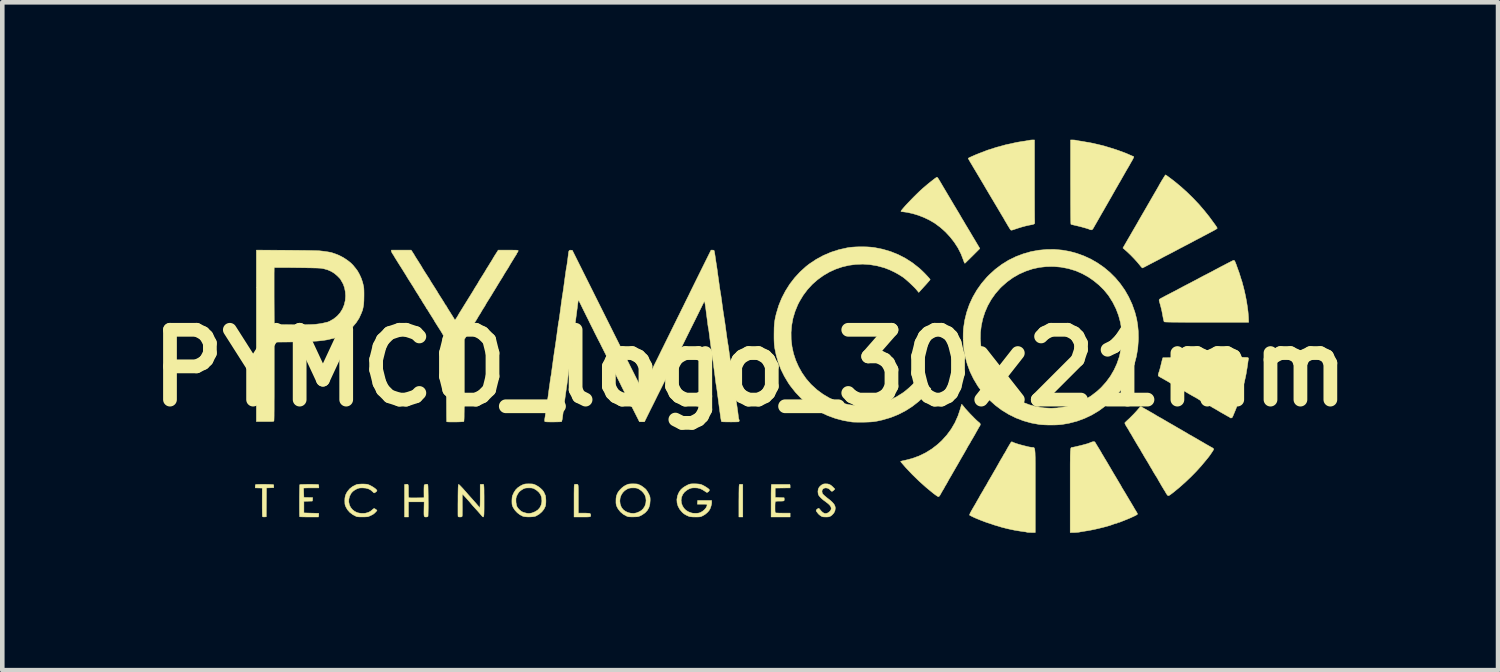
<source format=kicad_pcb>
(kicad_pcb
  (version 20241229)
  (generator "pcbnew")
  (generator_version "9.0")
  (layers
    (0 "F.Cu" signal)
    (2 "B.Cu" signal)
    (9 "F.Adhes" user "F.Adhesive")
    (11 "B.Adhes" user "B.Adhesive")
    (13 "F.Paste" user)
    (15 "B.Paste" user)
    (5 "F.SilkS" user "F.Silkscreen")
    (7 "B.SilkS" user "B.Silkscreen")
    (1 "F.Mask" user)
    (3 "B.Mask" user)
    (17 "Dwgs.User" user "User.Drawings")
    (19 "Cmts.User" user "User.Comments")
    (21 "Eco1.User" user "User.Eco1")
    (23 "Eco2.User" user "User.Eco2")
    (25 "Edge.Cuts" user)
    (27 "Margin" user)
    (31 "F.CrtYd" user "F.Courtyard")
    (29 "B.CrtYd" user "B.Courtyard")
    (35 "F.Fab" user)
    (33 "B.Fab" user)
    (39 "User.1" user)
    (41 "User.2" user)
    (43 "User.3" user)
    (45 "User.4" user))
  (footprint "PYMCO_logo_30x21mm"
    (layer "F.Cu")
    (at 13.324 4.983)
    (property "Reference" "PYMCO_logo_30x21mm" (at 0 0 0) (layer "F.SilkS") (effects (font (size 1.524 1.524) (thickness 0.3))))
    (attr through_hole)
    (fp_poly (pts (xy -0.193 2.538) (xy -0.161 2.542) (xy -0.161 3.251) (xy -0.246 3.251) (xy -0.246 2.901) (xy -0.245 2.81) (xy -0.245 2.735) (xy -0.244 2.674) (xy -0.243 2.626) (xy -0.242 2.59) (xy -0.24 2.565) (xy -0.238 2.55) (xy -0.235 2.543) (xy -0.235 2.542) (xy -0.22 2.538) (xy -0.197 2.537) (xy -0.193 2.538)) (stroke (width 0.01) (type solid)) (fill yes) (layer "F.SilkS"))
    (fp_poly (pts (xy -10.58 2.539) (xy -10.531 2.54) (xy -10.485 2.541) (xy -10.448 2.543) (xy -10.42 2.544) (xy -10.405 2.547) (xy -10.403 2.547) (xy -10.399 2.56) (xy -10.398 2.581) (xy -10.399 2.583) (xy -10.401 2.612) (xy -10.558 2.617) (xy -10.56 2.932) (xy -10.562 3.247) (xy -10.601 3.25) (xy -10.627 3.25) (xy -10.641 3.245) (xy -10.646 3.238) (xy -10.647 3.226) (xy -10.648 3.2) (xy -10.649 3.16) (xy -10.65 3.11) (xy -10.651 3.051) (xy -10.651 2.985) (xy -10.651 2.922) (xy -10.65 2.62) (xy -10.803 2.616) (xy -10.803 2.583) (xy -10.801 2.56) (xy -10.796 2.546) (xy -10.795 2.544) (xy -10.783 2.542) (xy -10.758 2.541) (xy -10.722 2.54) (xy -10.678 2.539) (xy -10.63 2.539) (xy -10.58 2.539)) (stroke (width 0.01) (type solid)) (fill yes) (layer "F.SilkS"))
    (fp_poly (pts (xy -3.777 2.537) (xy -3.766 2.541) (xy -3.762 2.544) (xy -3.759 2.549) (xy -3.756 2.559) (xy -3.754 2.574) (xy -3.753 2.596) (xy -3.752 2.628) (xy -3.751 2.67) (xy -3.751 2.724) (xy -3.751 2.793) (xy -3.751 2.858) (xy -3.751 3.167) (xy -3.632 3.167) (xy -3.587 3.167) (xy -3.547 3.169) (xy -3.517 3.171) (xy -3.498 3.174) (xy -3.496 3.175) (xy -3.483 3.191) (xy -3.48 3.216) (xy -3.485 3.238) (xy -3.489 3.242) (xy -3.497 3.246) (xy -3.512 3.248) (xy -3.536 3.25) (xy -3.571 3.251) (xy -3.619 3.251) (xy -3.667 3.251) (xy -3.844 3.251) (xy -3.844 2.896) (xy -3.844 2.809) (xy -3.844 2.737) (xy -3.843 2.679) (xy -3.843 2.634) (xy -3.842 2.6) (xy -3.841 2.575) (xy -3.839 2.558) (xy -3.837 2.547) (xy -3.834 2.542) (xy -3.831 2.54) (xy -3.829 2.539) (xy -3.808 2.537) (xy -3.798 2.536) (xy -3.777 2.537)) (stroke (width 0.01) (type solid)) (fill yes) (layer "F.SilkS"))
    (fp_poly (pts (xy 0.724 2.54) (xy 0.773 2.54) (xy 0.814 2.54) (xy 0.844 2.54) (xy 0.861 2.54) (xy 0.864 2.54) (xy 0.869 2.548) (xy 0.872 2.567) (xy 0.872 2.578) (xy 0.872 2.616) (xy 0.546 2.62) (xy 0.546 2.824) (xy 0.643 2.828) (xy 0.741 2.832) (xy 0.744 2.861) (xy 0.743 2.883) (xy 0.738 2.897) (xy 0.738 2.898) (xy 0.726 2.901) (xy 0.701 2.904) (xy 0.667 2.905) (xy 0.648 2.905) (xy 0.602 2.905) (xy 0.57 2.908) (xy 0.554 2.913) (xy 0.554 2.913) (xy 0.549 2.921) (xy 0.545 2.937) (xy 0.543 2.964) (xy 0.542 3.003) (xy 0.542 3.04) (xy 0.542 3.087) (xy 0.543 3.121) (xy 0.545 3.142) (xy 0.548 3.155) (xy 0.553 3.16) (xy 0.555 3.161) (xy 0.568 3.163) (xy 0.594 3.164) (xy 0.632 3.166) (xy 0.677 3.166) (xy 0.72 3.167) (xy 0.872 3.167) (xy 0.872 3.251) (xy 0.457 3.251) (xy 0.457 2.896) (xy 0.457 2.808) (xy 0.457 2.735) (xy 0.458 2.677) (xy 0.459 2.631) (xy 0.46 2.597) (xy 0.461 2.572) (xy 0.463 2.555) (xy 0.465 2.545) (xy 0.468 2.541) (xy 0.47 2.54) (xy 0.482 2.54) (xy 0.508 2.54) (xy 0.546 2.54) (xy 0.593 2.54) (xy 0.646 2.54) (xy 0.669 2.54) (xy 0.724 2.54)) (stroke (width 0.01) (type solid)) (fill yes) (layer "F.SilkS"))
    (fp_poly (pts (xy -7.48 2.536) (xy -7.47 2.542) (xy -7.464 2.554) (xy -7.461 2.575) (xy -7.459 2.608) (xy -7.459 2.654) (xy -7.459 2.684) (xy -7.459 2.737) (xy -7.458 2.775) (xy -7.457 2.801) (xy -7.455 2.817) (xy -7.451 2.826) (xy -7.446 2.83) (xy -7.444 2.831) (xy -7.431 2.833) (xy -7.405 2.834) (xy -7.367 2.834) (xy -7.321 2.834) (xy -7.274 2.834) (xy -7.119 2.832) (xy -7.12 2.697) (xy -7.12 2.65) (xy -7.119 2.609) (xy -7.117 2.577) (xy -7.116 2.557) (xy -7.114 2.552) (xy -7.102 2.545) (xy -7.081 2.538) (xy -7.076 2.538) (xy -7.053 2.536) (xy -7.041 2.541) (xy -7.036 2.548) (xy -7.034 2.56) (xy -7.032 2.586) (xy -7.031 2.625) (xy -7.03 2.674) (xy -7.029 2.73) (xy -7.028 2.793) (xy -7.028 2.859) (xy -7.027 2.926) (xy -7.027 2.991) (xy -7.027 3.054) (xy -7.028 3.111) (xy -7.029 3.16) (xy -7.03 3.199) (xy -7.031 3.226) (xy -7.032 3.238) (xy -7.043 3.247) (xy -7.067 3.251) (xy -7.075 3.251) (xy -7.09 3.251) (xy -7.102 3.248) (xy -7.11 3.242) (xy -7.116 3.229) (xy -7.119 3.207) (xy -7.12 3.175) (xy -7.12 3.13) (xy -7.119 3.071) (xy -7.119 3.066) (xy -7.116 2.921) (xy -7.459 2.921) (xy -7.459 3.251) (xy -7.544 3.251) (xy -7.544 2.542) (xy -7.512 2.538) (xy -7.493 2.536) (xy -7.48 2.536)) (stroke (width 0.01) (type solid)) (fill yes) (layer "F.SilkS"))
    (fp_poly (pts (xy -9.564 2.539) (xy -9.517 2.54) (xy -9.476 2.541) (xy -9.446 2.542) (xy -9.427 2.543) (xy -9.424 2.544) (xy -9.418 2.555) (xy -9.415 2.576) (xy -9.415 2.583) (xy -9.415 2.616) (xy -9.579 2.616) (xy -9.629 2.616) (xy -9.674 2.617) (xy -9.71 2.618) (xy -9.735 2.619) (xy -9.746 2.62) (xy -9.746 2.62) (xy -9.747 2.629) (xy -9.747 2.652) (xy -9.746 2.685) (xy -9.745 2.723) (xy -9.741 2.824) (xy -9.55 2.828) (xy -9.55 2.866) (xy -9.553 2.893) (xy -9.559 2.904) (xy -9.561 2.904) (xy -9.574 2.905) (xy -9.599 2.905) (xy -9.633 2.906) (xy -9.656 2.907) (xy -9.741 2.908) (xy -9.741 3.162) (xy -9.58 3.167) (xy -9.419 3.171) (xy -9.416 3.191) (xy -9.416 3.215) (xy -9.419 3.231) (xy -9.424 3.251) (xy -9.625 3.251) (xy -9.682 3.251) (xy -9.733 3.25) (xy -9.776 3.249) (xy -9.809 3.248) (xy -9.828 3.247) (xy -9.833 3.246) (xy -9.834 3.236) (xy -9.836 3.211) (xy -9.837 3.174) (xy -9.837 3.127) (xy -9.838 3.072) (xy -9.838 3.01) (xy -9.838 2.945) (xy -9.838 2.878) (xy -9.838 2.812) (xy -9.837 2.748) (xy -9.836 2.69) (xy -9.835 2.638) (xy -9.834 2.596) (xy -9.833 2.565) (xy -9.831 2.547) (xy -9.83 2.545) (xy -9.819 2.543) (xy -9.795 2.542) (xy -9.759 2.541) (xy -9.715 2.54) (xy -9.666 2.539) (xy -9.614 2.539) (xy -9.564 2.539)) (stroke (width 0.01) (type solid)) (fill yes) (layer "F.SilkS"))
    (fp_poly (pts (xy 6.206 -4.082) (xy 6.206 -3.96) (xy 6.206 -3.842) (xy 6.206 -3.731) (xy 6.207 -3.626) (xy 6.207 -3.53) (xy 6.207 -3.442) (xy 6.208 -3.365) (xy 6.208 -3.299) (xy 6.209 -3.246) (xy 6.21 -3.206) (xy 6.21 -3.181) (xy 6.211 -3.173) (xy 6.209 -3.156) (xy 6.193 -3.142) (xy 6.164 -3.132) (xy 6.149 -3.129) (xy 6.082 -3.117) (xy 6.004 -3.099) (xy 5.92 -3.076) (xy 5.834 -3.049) (xy 5.804 -3.039) (xy 5.76 -3.024) (xy 5.729 -3.014) (xy 5.708 -3.009) (xy 5.694 -3.01) (xy 5.685 -3.016) (xy 5.676 -3.028) (xy 5.668 -3.04) (xy 5.652 -3.067) (xy 5.629 -3.104) (xy 5.605 -3.145) (xy 5.58 -3.187) (xy 5.558 -3.224) (xy 5.548 -3.243) (xy 5.536 -3.264) (xy 5.518 -3.294) (xy 5.498 -3.327) (xy 5.493 -3.336) (xy 5.479 -3.359) (xy 5.458 -3.395) (xy 5.431 -3.44) (xy 5.4 -3.493) (xy 5.366 -3.55) (xy 5.33 -3.61) (xy 5.317 -3.632) (xy 5.237 -3.766) (xy 5.163 -3.891) (xy 5.095 -4.007) (xy 5.032 -4.113) (xy 4.976 -4.207) (xy 4.926 -4.291) (xy 4.884 -4.361) (xy 4.85 -4.419) (xy 4.824 -4.463) (xy 4.82 -4.468) (xy 4.798 -4.506) (xy 4.78 -4.538) (xy 4.766 -4.562) (xy 4.759 -4.575) (xy 4.758 -4.577) (xy 4.766 -4.583) (xy 4.787 -4.594) (xy 4.821 -4.61) (xy 4.864 -4.629) (xy 4.916 -4.652) (xy 4.975 -4.676) (xy 4.997 -4.685) (xy 5.183 -4.756) (xy 5.377 -4.818) (xy 5.579 -4.873) (xy 5.794 -4.92) (xy 5.834 -4.928) (xy 5.858 -4.932) (xy 5.894 -4.938) (xy 5.935 -4.945) (xy 5.965 -4.949) (xy 6.006 -4.955) (xy 6.044 -4.962) (xy 6.075 -4.967) (xy 6.089 -4.97) (xy 6.116 -4.975) (xy 6.149 -4.978) (xy 6.163 -4.978) (xy 6.206 -4.978) (xy 6.206 -4.082)) (stroke (width 0.01) (type solid)) (fill yes) (layer "F.SilkS"))
    (fp_poly (pts (xy 4.087 -4.159) (xy 4.101 -4.141) (xy 4.117 -4.117) (xy 4.129 -4.097) (xy 4.148 -4.065) (xy 4.173 -4.023) (xy 4.202 -3.973) (xy 4.234 -3.919) (xy 4.268 -3.862) (xy 4.271 -3.857) (xy 4.307 -3.796) (xy 4.344 -3.734) (xy 4.379 -3.675) (xy 4.411 -3.621) (xy 4.438 -3.575) (xy 4.457 -3.543) (xy 4.484 -3.499) (xy 4.516 -3.445) (xy 4.55 -3.389) (xy 4.582 -3.334) (xy 4.593 -3.315) (xy 4.622 -3.265) (xy 4.653 -3.214) (xy 4.682 -3.165) (xy 4.706 -3.123) (xy 4.716 -3.107) (xy 4.734 -3.078) (xy 4.758 -3.037) (xy 4.788 -2.988) (xy 4.821 -2.932) (xy 4.855 -2.874) (xy 4.889 -2.818) (xy 5.013 -2.609) (xy 4.852 -2.447) (xy 4.809 -2.405) (xy 4.77 -2.366) (xy 4.737 -2.334) (xy 4.711 -2.308) (xy 4.694 -2.292) (xy 4.687 -2.286) (xy 4.687 -2.286) (xy 4.68 -2.292) (xy 4.675 -2.301) (xy 4.668 -2.317) (xy 4.659 -2.343) (xy 4.652 -2.362) (xy 4.602 -2.491) (xy 4.537 -2.619) (xy 4.458 -2.742) (xy 4.366 -2.86) (xy 4.264 -2.97) (xy 4.153 -3.069) (xy 4.035 -3.157) (xy 4.024 -3.164) (xy 3.915 -3.228) (xy 3.797 -3.285) (xy 3.674 -3.333) (xy 3.549 -3.371) (xy 3.427 -3.398) (xy 3.353 -3.408) (xy 3.324 -3.412) (xy 3.301 -3.415) (xy 3.291 -3.418) (xy 3.293 -3.426) (xy 3.305 -3.445) (xy 3.327 -3.472) (xy 3.357 -3.507) (xy 3.393 -3.548) (xy 3.436 -3.594) (xy 3.482 -3.642) (xy 3.531 -3.693) (xy 3.581 -3.744) (xy 3.632 -3.794) (xy 3.681 -3.842) (xy 3.727 -3.885) (xy 3.77 -3.924) (xy 3.774 -3.927) (xy 3.821 -3.967) (xy 3.869 -4.008) (xy 3.916 -4.046) (xy 3.961 -4.082) (xy 4.001 -4.113) (xy 4.035 -4.139) (xy 4.06 -4.156) (xy 4.076 -4.165) (xy 4.078 -4.166) (xy 4.087 -4.159)) (stroke (width 0.01) (type solid)) (fill yes) (layer "F.SilkS"))
    (fp_poly (pts (xy 1.695 2.53) (xy 1.731 2.541) (xy 1.765 2.561) (xy 1.802 2.593) (xy 1.807 2.599) (xy 1.849 2.641) (xy 1.825 2.667) (xy 1.8 2.687) (xy 1.779 2.691) (xy 1.761 2.679) (xy 1.756 2.671) (xy 1.727 2.642) (xy 1.689 2.622) (xy 1.649 2.616) (xy 1.613 2.623) (xy 1.586 2.642) (xy 1.57 2.669) (xy 1.567 2.703) (xy 1.578 2.739) (xy 1.583 2.747) (xy 1.596 2.762) (xy 1.619 2.784) (xy 1.651 2.811) (xy 1.686 2.84) (xy 1.698 2.849) (xy 1.754 2.893) (xy 1.796 2.932) (xy 1.826 2.967) (xy 1.846 3.001) (xy 1.856 3.034) (xy 1.858 3.064) (xy 1.85 3.117) (xy 1.826 3.165) (xy 1.788 3.207) (xy 1.766 3.224) (xy 1.745 3.237) (xy 1.727 3.245) (xy 1.706 3.249) (xy 1.678 3.251) (xy 1.652 3.251) (xy 1.615 3.25) (xy 1.589 3.248) (xy 1.569 3.242) (xy 1.549 3.232) (xy 1.54 3.226) (xy 1.513 3.206) (xy 1.489 3.184) (xy 1.481 3.174) (xy 1.465 3.153) (xy 1.452 3.136) (xy 1.45 3.134) (xy 1.44 3.116) (xy 1.444 3.097) (xy 1.465 3.078) (xy 1.475 3.071) (xy 1.49 3.063) (xy 1.5 3.063) (xy 1.511 3.073) (xy 1.522 3.087) (xy 1.557 3.128) (xy 1.588 3.155) (xy 1.618 3.171) (xy 1.648 3.175) (xy 1.682 3.168) (xy 1.715 3.15) (xy 1.744 3.124) (xy 1.763 3.094) (xy 1.769 3.066) (xy 1.762 3.032) (xy 1.741 2.998) (xy 1.704 2.961) (xy 1.657 2.925) (xy 1.595 2.879) (xy 1.546 2.836) (xy 1.511 2.798) (xy 1.492 2.77) (xy 1.484 2.743) (xy 1.48 2.708) (xy 1.479 2.694) (xy 1.486 2.643) (xy 1.507 2.601) (xy 1.543 2.565) (xy 1.556 2.555) (xy 1.581 2.54) (xy 1.604 2.531) (xy 1.631 2.528) (xy 1.651 2.528) (xy 1.695 2.53)) (stroke (width 0.01) (type solid)) (fill yes) (layer "F.SilkS"))
    (fp_poly (pts (xy -8.436 2.532) (xy -8.395 2.534) (xy -8.362 2.537) (xy -8.347 2.541) (xy -8.31 2.555) (xy -8.271 2.575) (xy -8.233 2.597) (xy -8.198 2.621) (xy -8.169 2.644) (xy -8.151 2.665) (xy -8.145 2.678) (xy -8.151 2.688) (xy -8.167 2.702) (xy -8.186 2.716) (xy -8.203 2.725) (xy -8.208 2.726) (xy -8.218 2.721) (xy -8.233 2.706) (xy -8.237 2.702) (xy -8.282 2.663) (xy -8.332 2.637) (xy -8.391 2.621) (xy -8.462 2.616) (xy -8.463 2.616) (xy -8.504 2.617) (xy -8.533 2.62) (xy -8.558 2.627) (xy -8.584 2.637) (xy -8.586 2.638) (xy -8.636 2.666) (xy -8.675 2.695) (xy -8.705 2.729) (xy -8.711 2.737) (xy -8.743 2.798) (xy -8.759 2.861) (xy -8.761 2.923) (xy -8.749 2.983) (xy -8.723 3.039) (xy -8.684 3.088) (xy -8.634 3.128) (xy -8.577 3.156) (xy -8.534 3.166) (xy -8.483 3.172) (xy -8.432 3.172) (xy -8.391 3.167) (xy -8.335 3.151) (xy -8.289 3.128) (xy -8.251 3.097) (xy -8.231 3.079) (xy -8.215 3.068) (xy -8.209 3.065) (xy -8.197 3.069) (xy -8.18 3.08) (xy -8.161 3.093) (xy -8.148 3.104) (xy -8.145 3.108) (xy -8.151 3.117) (xy -8.165 3.133) (xy -8.184 3.153) (xy -8.203 3.171) (xy -8.217 3.183) (xy -8.237 3.196) (xy -8.268 3.212) (xy -8.304 3.229) (xy -8.334 3.242) (xy -8.353 3.246) (xy -8.384 3.248) (xy -8.424 3.25) (xy -8.468 3.25) (xy -8.511 3.25) (xy -8.55 3.248) (xy -8.579 3.245) (xy -8.594 3.241) (xy -8.673 3.2) (xy -8.738 3.151) (xy -8.789 3.093) (xy -8.821 3.038) (xy -8.834 3.009) (xy -8.842 2.985) (xy -8.846 2.96) (xy -8.847 2.927) (xy -8.848 2.898) (xy -8.846 2.842) (xy -8.838 2.797) (xy -8.824 2.756) (xy -8.802 2.714) (xy -8.788 2.692) (xy -8.74 2.635) (xy -8.679 2.587) (xy -8.608 2.551) (xy -8.585 2.542) (xy -8.56 2.537) (xy -8.524 2.534) (xy -8.481 2.532) (xy -8.436 2.532)) (stroke (width 0.01) (type solid)) (fill yes) (layer "F.SilkS"))
    (fp_poly (pts (xy 7.074 -4.977) (xy 7.103 -4.973) (xy 7.116 -4.971) (xy 7.134 -4.966) (xy 7.165 -4.96) (xy 7.204 -4.954) (xy 7.239 -4.949) (xy 7.485 -4.905) (xy 7.733 -4.845) (xy 7.982 -4.768) (xy 8.17 -4.7) (xy 8.196 -4.69) (xy 8.216 -4.682) (xy 8.236 -4.673) (xy 8.261 -4.662) (xy 8.293 -4.648) (xy 8.321 -4.636) (xy 8.345 -4.626) (xy 8.354 -4.622) (xy 8.362 -4.619) (xy 8.368 -4.617) (xy 8.372 -4.613) (xy 8.372 -4.606) (xy 8.369 -4.594) (xy 8.361 -4.577) (xy 8.349 -4.553) (xy 8.33 -4.519) (xy 8.305 -4.476) (xy 8.274 -4.42) (xy 8.234 -4.352) (xy 8.232 -4.349) (xy 8.203 -4.299) (xy 8.176 -4.252) (xy 8.153 -4.211) (xy 8.134 -4.178) (xy 8.121 -4.156) (xy 8.118 -4.15) (xy 8.108 -4.132) (xy 8.091 -4.103) (xy 8.07 -4.065) (xy 8.045 -4.024) (xy 8.032 -4) (xy 8.006 -3.955) (xy 7.98 -3.91) (xy 7.957 -3.869) (xy 7.939 -3.837) (xy 7.933 -3.827) (xy 7.922 -3.808) (xy 7.904 -3.776) (xy 7.88 -3.733) (xy 7.85 -3.681) (xy 7.816 -3.622) (xy 7.779 -3.557) (xy 7.739 -3.488) (xy 7.718 -3.45) (xy 7.678 -3.382) (xy 7.641 -3.317) (xy 7.607 -3.257) (xy 7.577 -3.205) (xy 7.552 -3.161) (xy 7.532 -3.127) (xy 7.52 -3.105) (xy 7.516 -3.099) (xy 7.495 -3.061) (xy 7.479 -3.036) (xy 7.466 -3.022) (xy 7.453 -3.016) (xy 7.438 -3.017) (xy 7.421 -3.02) (xy 7.403 -3.027) (xy 7.396 -3.031) (xy 7.383 -3.036) (xy 7.358 -3.044) (xy 7.322 -3.055) (xy 7.279 -3.067) (xy 7.233 -3.08) (xy 7.186 -3.092) (xy 7.141 -3.103) (xy 7.102 -3.112) (xy 7.089 -3.115) (xy 7.054 -3.123) (xy 7.025 -3.13) (xy 7.007 -3.135) (xy 7.002 -3.137) (xy 7.001 -3.144) (xy 6.999 -3.165) (xy 6.998 -3.2) (xy 6.997 -3.249) (xy 6.996 -3.313) (xy 6.995 -3.391) (xy 6.995 -3.485) (xy 6.994 -3.594) (xy 6.994 -3.719) (xy 6.994 -3.86) (xy 6.993 -4.017) (xy 6.993 -4.06) (xy 6.993 -4.978) (xy 7.042 -4.978) (xy 7.074 -4.977)) (stroke (width 0.01) (type solid)) (fill yes) (layer "F.SilkS"))
    (fp_poly (pts (xy -1.182 2.528) (xy -1.136 2.531) (xy -1.096 2.536) (xy -1.069 2.543) (xy -1.041 2.555) (xy -1.008 2.572) (xy -0.974 2.592) (xy -0.941 2.613) (xy -0.914 2.633) (xy -0.896 2.649) (xy -0.892 2.655) (xy -0.892 2.676) (xy -0.908 2.697) (xy -0.924 2.708) (xy -0.937 2.714) (xy -0.949 2.714) (xy -0.964 2.706) (xy -0.988 2.689) (xy -1.044 2.654) (xy -1.096 2.63) (xy -1.149 2.618) (xy -1.204 2.615) (xy -1.251 2.616) (xy -1.287 2.621) (xy -1.32 2.632) (xy -1.356 2.65) (xy -1.381 2.666) (xy -1.433 2.707) (xy -1.472 2.759) (xy -1.497 2.818) (xy -1.507 2.881) (xy -1.507 2.887) (xy -1.5 2.948) (xy -1.479 3.007) (xy -1.446 3.06) (xy -1.404 3.103) (xy -1.355 3.134) (xy -1.353 3.135) (xy -1.312 3.152) (xy -1.279 3.163) (xy -1.248 3.169) (xy -1.212 3.17) (xy -1.194 3.171) (xy -1.152 3.169) (xy -1.122 3.165) (xy -1.095 3.157) (xy -1.079 3.15) (xy -1.036 3.124) (xy -0.998 3.092) (xy -0.967 3.056) (xy -0.947 3.02) (xy -0.94 2.988) (xy -0.941 2.981) (xy -0.946 2.977) (xy -0.959 2.974) (xy -0.981 2.972) (xy -1.015 2.972) (xy -1.046 2.972) (xy -1.152 2.972) (xy -1.15 2.932) (xy -1.147 2.891) (xy -0.842 2.891) (xy -0.84 2.917) (xy -0.84 2.947) (xy -0.847 2.986) (xy -0.859 3.029) (xy -0.874 3.069) (xy -0.875 3.073) (xy -0.901 3.116) (xy -0.94 3.158) (xy -0.986 3.196) (xy -1.034 3.224) (xy -1.058 3.236) (xy -1.078 3.243) (xy -1.098 3.248) (xy -1.123 3.25) (xy -1.157 3.251) (xy -1.199 3.251) (xy -1.257 3.25) (xy -1.3 3.246) (xy -1.328 3.241) (xy -1.333 3.239) (xy -1.38 3.219) (xy -1.414 3.201) (xy -1.441 3.184) (xy -1.465 3.165) (xy -1.488 3.143) (xy -1.539 3.081) (xy -1.575 3.014) (xy -1.595 2.944) (xy -1.6 2.871) (xy -1.588 2.798) (xy -1.566 2.738) (xy -1.54 2.691) (xy -1.509 2.651) (xy -1.47 2.616) (xy -1.421 2.583) (xy -1.359 2.55) (xy -1.334 2.539) (xy -1.31 2.532) (xy -1.273 2.528) (xy -1.229 2.527) (xy -1.182 2.528)) (stroke (width 0.01) (type solid)) (fill yes) (layer "F.SilkS"))
    (fp_poly (pts (xy -4.788 2.529) (xy -4.759 2.53) (xy -4.735 2.534) (xy -4.713 2.541) (xy -4.687 2.552) (xy -4.673 2.559) (xy -4.625 2.587) (xy -4.58 2.621) (xy -4.541 2.658) (xy -4.511 2.695) (xy -4.501 2.713) (xy -4.488 2.743) (xy -4.474 2.773) (xy -4.473 2.773) (xy -4.466 2.799) (xy -4.462 2.836) (xy -4.459 2.881) (xy -4.459 2.927) (xy -4.462 2.97) (xy -4.467 3.005) (xy -4.471 3.018) (xy -4.502 3.082) (xy -4.548 3.139) (xy -4.607 3.19) (xy -4.678 3.231) (xy -4.707 3.24) (xy -4.748 3.246) (xy -4.796 3.249) (xy -4.847 3.25) (xy -4.895 3.247) (xy -4.936 3.242) (xy -4.962 3.235) (xy -5.024 3.203) (xy -5.082 3.159) (xy -5.132 3.106) (xy -5.171 3.047) (xy -5.179 3.032) (xy -5.189 3.007) (xy -5.196 2.983) (xy -5.199 2.956) (xy -5.2 2.92) (xy -5.2 2.901) (xy -5.2 2.889) (xy -5.113 2.889) (xy -5.111 2.934) (xy -5.104 2.978) (xy -5.094 3.015) (xy -5.091 3.023) (xy -5.068 3.059) (xy -5.035 3.095) (xy -4.999 3.125) (xy -4.985 3.134) (xy -4.955 3.148) (xy -4.915 3.16) (xy -4.874 3.17) (xy -4.84 3.174) (xy -4.838 3.174) (xy -4.809 3.172) (xy -4.775 3.166) (xy -4.759 3.162) (xy -4.69 3.134) (xy -4.633 3.096) (xy -4.591 3.049) (xy -4.563 2.992) (xy -4.548 2.926) (xy -4.547 2.892) (xy -4.553 2.825) (xy -4.572 2.768) (xy -4.605 2.718) (xy -4.653 2.674) (xy -4.711 2.637) (xy -4.733 2.627) (xy -4.754 2.621) (xy -4.78 2.617) (xy -4.817 2.616) (xy -4.83 2.616) (xy -4.87 2.617) (xy -4.899 2.619) (xy -4.921 2.625) (xy -4.943 2.634) (xy -4.952 2.638) (xy -5.002 2.669) (xy -5.041 2.702) (xy -5.072 2.744) (xy -5.098 2.797) (xy -5.105 2.817) (xy -5.112 2.848) (xy -5.113 2.889) (xy -5.2 2.889) (xy -5.199 2.862) (xy -5.196 2.826) (xy -5.192 2.799) (xy -5.19 2.791) (xy -5.157 2.718) (xy -5.119 2.659) (xy -5.072 2.612) (xy -5.014 2.573) (xy -4.978 2.554) (xy -4.952 2.543) (xy -4.93 2.535) (xy -4.907 2.531) (xy -4.878 2.529) (xy -4.838 2.528) (xy -4.83 2.528) (xy -4.788 2.529)) (stroke (width 0.01) (type solid)) (fill yes) (layer "F.SilkS"))
    (fp_poly (pts (xy -5.82 2.541) (xy -5.819 2.542) (xy -5.816 2.548) (xy -5.814 2.562) (xy -5.812 2.586) (xy -5.81 2.619) (xy -5.809 2.665) (xy -5.809 2.724) (xy -5.808 2.796) (xy -5.808 2.885) (xy -5.808 2.901) (xy -5.808 2.992) (xy -5.808 3.067) (xy -5.809 3.128) (xy -5.81 3.175) (xy -5.812 3.21) (xy -5.816 3.233) (xy -5.821 3.247) (xy -5.828 3.251) (xy -5.837 3.247) (xy -5.849 3.236) (xy -5.863 3.22) (xy -5.881 3.199) (xy -5.884 3.195) (xy -5.914 3.16) (xy -5.948 3.121) (xy -5.98 3.086) (xy -5.983 3.083) (xy -6.011 3.052) (xy -6.04 3.02) (xy -6.064 2.993) (xy -6.068 2.988) (xy -6.096 2.955) (xy -6.127 2.918) (xy -6.16 2.881) (xy -6.193 2.844) (xy -6.223 2.811) (xy -6.249 2.783) (xy -6.268 2.763) (xy -6.279 2.753) (xy -6.281 2.752) (xy -6.282 2.76) (xy -6.283 2.783) (xy -6.284 2.818) (xy -6.284 2.864) (xy -6.284 2.918) (xy -6.284 2.978) (xy -6.284 2.982) (xy -6.283 3.044) (xy -6.283 3.101) (xy -6.284 3.151) (xy -6.284 3.191) (xy -6.285 3.219) (xy -6.286 3.232) (xy -6.286 3.232) (xy -6.291 3.244) (xy -6.303 3.249) (xy -6.324 3.251) (xy -6.333 3.251) (xy -6.358 3.25) (xy -6.371 3.246) (xy -6.376 3.237) (xy -6.377 3.232) (xy -6.377 3.22) (xy -6.378 3.192) (xy -6.378 3.152) (xy -6.378 3.1) (xy -6.378 3.039) (xy -6.378 2.971) (xy -6.377 2.898) (xy -6.377 2.877) (xy -6.377 2.789) (xy -6.376 2.718) (xy -6.375 2.66) (xy -6.374 2.616) (xy -6.372 2.583) (xy -6.37 2.56) (xy -6.368 2.547) (xy -6.365 2.541) (xy -6.364 2.54) (xy -6.353 2.546) (xy -6.333 2.565) (xy -6.305 2.594) (xy -6.268 2.633) (xy -6.226 2.681) (xy -6.201 2.709) (xy -6.178 2.736) (xy -6.15 2.768) (xy -6.126 2.795) (xy -6.078 2.848) (xy -6.033 2.899) (xy -5.993 2.944) (xy -5.961 2.981) (xy -5.938 3.008) (xy -5.92 3.028) (xy -5.906 3.043) (xy -5.9 3.047) (xy -5.898 3.039) (xy -5.897 3.017) (xy -5.895 2.981) (xy -5.894 2.934) (xy -5.893 2.877) (xy -5.893 2.812) (xy -5.893 2.796) (xy -5.893 2.542) (xy -5.861 2.538) (xy -5.838 2.537) (xy -5.82 2.541)) (stroke (width 0.01) (type solid)) (fill yes) (layer "F.SilkS"))
    (fp_poly (pts (xy -2.509 2.529) (xy -2.476 2.531) (xy -2.453 2.535) (xy -2.445 2.538) (xy -2.43 2.547) (xy -2.424 2.548) (xy -2.408 2.554) (xy -2.383 2.567) (xy -2.353 2.586) (xy -2.323 2.609) (xy -2.295 2.631) (xy -2.274 2.651) (xy -2.273 2.653) (xy -2.254 2.679) (xy -2.233 2.713) (xy -2.214 2.748) (xy -2.213 2.75) (xy -2.199 2.78) (xy -2.19 2.804) (xy -2.185 2.828) (xy -2.183 2.858) (xy -2.183 2.894) (xy -2.19 2.974) (xy -2.21 3.045) (xy -2.244 3.106) (xy -2.293 3.159) (xy -2.356 3.203) (xy -2.387 3.22) (xy -2.411 3.231) (xy -2.432 3.239) (xy -2.453 3.244) (xy -2.48 3.247) (xy -2.516 3.248) (xy -2.548 3.249) (xy -2.595 3.249) (xy -2.629 3.248) (xy -2.654 3.246) (xy -2.674 3.241) (xy -2.694 3.233) (xy -2.697 3.232) (xy -2.771 3.191) (xy -2.832 3.139) (xy -2.882 3.076) (xy -2.907 3.029) (xy -2.919 3.001) (xy -2.925 2.975) (xy -2.929 2.945) (xy -2.929 2.904) (xy -2.929 2.902) (xy -2.929 2.9) (xy -2.845 2.9) (xy -2.838 2.965) (xy -2.816 3.028) (xy -2.802 3.053) (xy -2.767 3.095) (xy -2.72 3.129) (xy -2.664 3.155) (xy -2.605 3.169) (xy -2.544 3.173) (xy -2.487 3.163) (xy -2.483 3.162) (xy -2.421 3.137) (xy -2.373 3.108) (xy -2.335 3.071) (xy -2.304 3.024) (xy -2.296 3.007) (xy -2.278 2.95) (xy -2.272 2.888) (xy -2.279 2.826) (xy -2.296 2.777) (xy -2.329 2.725) (xy -2.374 2.678) (xy -2.428 2.642) (xy -2.435 2.638) (xy -2.46 2.627) (xy -2.483 2.62) (xy -2.512 2.617) (xy -2.55 2.616) (xy -2.556 2.616) (xy -2.596 2.617) (xy -2.626 2.62) (xy -2.651 2.626) (xy -2.677 2.637) (xy -2.679 2.638) (xy -2.737 2.674) (xy -2.783 2.721) (xy -2.817 2.776) (xy -2.838 2.836) (xy -2.845 2.9) (xy -2.929 2.9) (xy -2.928 2.852) (xy -2.923 2.812) (xy -2.913 2.775) (xy -2.896 2.735) (xy -2.892 2.727) (xy -2.871 2.693) (xy -2.84 2.656) (xy -2.803 2.619) (xy -2.765 2.588) (xy -2.731 2.567) (xy -2.73 2.566) (xy -2.703 2.553) (xy -2.678 2.542) (xy -2.668 2.537) (xy -2.65 2.533) (xy -2.621 2.53) (xy -2.585 2.528) (xy -2.546 2.528) (xy -2.509 2.529)) (stroke (width 0.01) (type solid)) (fill yes) (layer "F.SilkS"))
    (fp_poly (pts (xy 10.565 -2.348) (xy 10.569 -2.345) (xy 10.576 -2.336) (xy 10.584 -2.32) (xy 10.594 -2.296) (xy 10.608 -2.261) (xy 10.625 -2.213) (xy 10.638 -2.176) (xy 10.65 -2.143) (xy 10.66 -2.116) (xy 10.667 -2.097) (xy 10.668 -2.095) (xy 10.673 -2.08) (xy 10.682 -2.053) (xy 10.692 -2.019) (xy 10.698 -2.002) (xy 10.708 -1.967) (xy 10.718 -1.936) (xy 10.725 -1.915) (xy 10.727 -1.909) (xy 10.735 -1.887) (xy 10.738 -1.875) (xy 10.742 -1.859) (xy 10.749 -1.832) (xy 10.758 -1.799) (xy 10.761 -1.791) (xy 10.788 -1.682) (xy 10.813 -1.568) (xy 10.835 -1.451) (xy 10.853 -1.337) (xy 10.867 -1.228) (xy 10.875 -1.13) (xy 10.877 -1.099) (xy 10.881 -0.999) (xy 9.963 -0.999) (xy 9.812 -0.999) (xy 9.678 -0.999) (xy 9.559 -0.999) (xy 9.455 -1) (xy 9.364 -1) (xy 9.286 -1.001) (xy 9.221 -1.001) (xy 9.167 -1.002) (xy 9.123 -1.003) (xy 9.089 -1.004) (xy 9.064 -1.005) (xy 9.048 -1.007) (xy 9.038 -1.008) (xy 9.036 -1.01) (xy 9.031 -1.022) (xy 9.025 -1.047) (xy 9.017 -1.081) (xy 9.009 -1.122) (xy 9.009 -1.122) (xy 8.997 -1.188) (xy 8.986 -1.244) (xy 8.975 -1.293) (xy 8.962 -1.343) (xy 8.947 -1.398) (xy 8.94 -1.422) (xy 8.93 -1.457) (xy 8.926 -1.479) (xy 8.929 -1.494) (xy 8.939 -1.505) (xy 8.958 -1.517) (xy 8.959 -1.517) (xy 8.978 -1.528) (xy 9.009 -1.544) (xy 9.049 -1.566) (xy 9.095 -1.59) (xy 9.144 -1.615) (xy 9.148 -1.617) (xy 9.197 -1.643) (xy 9.244 -1.667) (xy 9.285 -1.688) (xy 9.317 -1.705) (xy 9.338 -1.716) (xy 9.339 -1.717) (xy 9.362 -1.73) (xy 9.395 -1.747) (xy 9.434 -1.768) (xy 9.466 -1.785) (xy 9.512 -1.809) (xy 9.566 -1.837) (xy 9.619 -1.864) (xy 9.648 -1.88) (xy 9.688 -1.901) (xy 9.727 -1.921) (xy 9.759 -1.938) (xy 9.779 -1.949) (xy 9.799 -1.96) (xy 9.831 -1.977) (xy 9.871 -1.998) (xy 9.916 -2.022) (xy 9.953 -2.04) (xy 10 -2.065) (xy 10.045 -2.088) (xy 10.085 -2.109) (xy 10.115 -2.125) (xy 10.13 -2.134) (xy 10.153 -2.146) (xy 10.186 -2.163) (xy 10.227 -2.185) (xy 10.272 -2.209) (xy 10.295 -2.221) (xy 10.344 -2.246) (xy 10.393 -2.272) (xy 10.439 -2.296) (xy 10.477 -2.315) (xy 10.488 -2.321) (xy 10.521 -2.338) (xy 10.543 -2.348) (xy 10.557 -2.351) (xy 10.565 -2.348)) (stroke (width 0.01) (type solid)) (fill yes) (layer "F.SilkS"))
    (fp_poly (pts (xy 4.623 0.796) (xy 4.636 0.812) (xy 4.656 0.835) (xy 4.669 0.852) (xy 4.691 0.88) (xy 4.722 0.914) (xy 4.759 0.955) (xy 4.799 0.998) (xy 4.841 1.041) (xy 4.882 1.083) (xy 4.919 1.12) (xy 4.951 1.15) (xy 4.975 1.171) (xy 4.982 1.177) (xy 5.01 1.2) (xy 5.023 1.22) (xy 5.023 1.241) (xy 5.01 1.267) (xy 5.008 1.269) (xy 4.995 1.29) (xy 4.983 1.311) (xy 4.969 1.336) (xy 4.951 1.368) (xy 4.927 1.41) (xy 4.922 1.42) (xy 4.903 1.454) (xy 4.879 1.495) (xy 4.855 1.537) (xy 4.846 1.552) (xy 4.827 1.583) (xy 4.812 1.609) (xy 4.803 1.626) (xy 4.801 1.631) (xy 4.796 1.64) (xy 4.786 1.657) (xy 4.785 1.658) (xy 4.772 1.677) (xy 4.756 1.705) (xy 4.741 1.731) (xy 4.717 1.776) (xy 4.697 1.81) (xy 4.68 1.841) (xy 4.661 1.874) (xy 4.637 1.915) (xy 4.635 1.918) (xy 4.598 1.982) (xy 4.568 2.035) (xy 4.543 2.078) (xy 4.543 2.079) (xy 4.535 2.093) (xy 4.52 2.119) (xy 4.5 2.153) (xy 4.478 2.191) (xy 4.455 2.231) (xy 4.433 2.269) (xy 4.414 2.302) (xy 4.4 2.327) (xy 4.392 2.341) (xy 4.392 2.341) (xy 4.367 2.383) (xy 4.341 2.427) (xy 4.312 2.481) (xy 4.31 2.485) (xy 4.291 2.518) (xy 4.274 2.548) (xy 4.261 2.57) (xy 4.257 2.575) (xy 4.247 2.592) (xy 4.242 2.603) (xy 4.242 2.603) (xy 4.238 2.612) (xy 4.227 2.631) (xy 4.22 2.643) (xy 4.209 2.661) (xy 4.197 2.68) (xy 4.184 2.703) (xy 4.166 2.735) (xy 4.142 2.778) (xy 4.14 2.781) (xy 4.126 2.799) (xy 4.111 2.808) (xy 4.11 2.809) (xy 4.097 2.804) (xy 4.074 2.79) (xy 4.042 2.768) (xy 4.005 2.74) (xy 3.999 2.736) (xy 3.841 2.606) (xy 3.686 2.467) (xy 3.537 2.322) (xy 3.398 2.175) (xy 3.288 2.048) (xy 3.285 2.042) (xy 3.288 2.037) (xy 3.301 2.032) (xy 3.324 2.026) (xy 3.362 2.018) (xy 3.372 2.016) (xy 3.53 1.976) (xy 3.683 1.921) (xy 3.828 1.851) (xy 3.965 1.766) (xy 4.094 1.666) (xy 4.183 1.584) (xy 4.293 1.462) (xy 4.389 1.332) (xy 4.47 1.193) (xy 4.536 1.045) (xy 4.588 0.888) (xy 4.593 0.871) (xy 4.602 0.837) (xy 4.61 0.81) (xy 4.615 0.794) (xy 4.617 0.791) (xy 4.623 0.796)) (stroke (width 0.01) (type solid)) (fill yes) (layer "F.SilkS"))
    (fp_poly (pts (xy 9.074 -4.211) (xy 9.095 -4.198) (xy 9.124 -4.177) (xy 9.159 -4.151) (xy 9.198 -4.122) (xy 9.239 -4.091) (xy 9.267 -4.069) (xy 9.402 -3.957) (xy 9.537 -3.835) (xy 9.669 -3.706) (xy 9.795 -3.573) (xy 9.911 -3.438) (xy 10.016 -3.307) (xy 10.031 -3.287) (xy 10.061 -3.246) (xy 10.091 -3.205) (xy 10.118 -3.168) (xy 10.139 -3.14) (xy 10.141 -3.137) (xy 10.161 -3.109) (xy 10.178 -3.084) (xy 10.188 -3.067) (xy 10.188 -3.066) (xy 10.191 -3.061) (xy 10.193 -3.057) (xy 10.194 -3.054) (xy 10.193 -3.049) (xy 10.188 -3.044) (xy 10.178 -3.036) (xy 10.163 -3.026) (xy 10.14 -3.013) (xy 10.11 -2.996) (xy 10.07 -2.975) (xy 10.021 -2.949) (xy 9.959 -2.916) (xy 9.886 -2.878) (xy 9.799 -2.832) (xy 9.771 -2.817) (xy 9.73 -2.796) (xy 9.689 -2.774) (xy 9.654 -2.755) (xy 9.639 -2.747) (xy 9.613 -2.733) (xy 9.576 -2.714) (xy 9.533 -2.691) (xy 9.487 -2.668) (xy 9.474 -2.661) (xy 9.431 -2.638) (xy 9.389 -2.617) (xy 9.354 -2.598) (xy 9.328 -2.584) (xy 9.322 -2.581) (xy 9.302 -2.57) (xy 9.27 -2.553) (xy 9.23 -2.532) (xy 9.184 -2.508) (xy 9.144 -2.487) (xy 9.097 -2.463) (xy 9.052 -2.44) (xy 9.012 -2.419) (xy 8.982 -2.403) (xy 8.966 -2.394) (xy 8.946 -2.383) (xy 8.914 -2.366) (xy 8.874 -2.345) (xy 8.829 -2.322) (xy 8.801 -2.307) (xy 8.754 -2.283) (xy 8.708 -2.259) (xy 8.667 -2.237) (xy 8.634 -2.22) (xy 8.621 -2.213) (xy 8.594 -2.199) (xy 8.573 -2.189) (xy 8.561 -2.184) (xy 8.561 -2.184) (xy 8.552 -2.191) (xy 8.537 -2.207) (xy 8.516 -2.231) (xy 8.508 -2.242) (xy 8.448 -2.314) (xy 8.378 -2.391) (xy 8.303 -2.468) (xy 8.226 -2.541) (xy 8.193 -2.57) (xy 8.136 -2.62) (xy 8.222 -2.769) (xy 8.253 -2.823) (xy 8.287 -2.881) (xy 8.32 -2.938) (xy 8.35 -2.99) (xy 8.369 -3.023) (xy 8.393 -3.064) (xy 8.416 -3.103) (xy 8.434 -3.135) (xy 8.448 -3.158) (xy 8.45 -3.162) (xy 8.459 -3.178) (xy 8.475 -3.207) (xy 8.497 -3.245) (xy 8.524 -3.292) (xy 8.555 -3.345) (xy 8.587 -3.401) (xy 8.594 -3.412) (xy 8.626 -3.468) (xy 8.657 -3.521) (xy 8.684 -3.569) (xy 8.707 -3.608) (xy 8.724 -3.638) (xy 8.734 -3.656) (xy 8.735 -3.658) (xy 8.745 -3.674) (xy 8.761 -3.702) (xy 8.783 -3.74) (xy 8.808 -3.783) (xy 8.835 -3.83) (xy 8.838 -3.834) (xy 8.864 -3.879) (xy 8.887 -3.919) (xy 8.905 -3.951) (xy 8.918 -3.973) (xy 8.924 -3.984) (xy 8.924 -3.984) (xy 8.928 -3.993) (xy 8.939 -4.013) (xy 8.956 -4.041) (xy 8.975 -4.074) (xy 8.997 -4.11) (xy 9.018 -4.144) (xy 9.037 -4.175) (xy 9.053 -4.199) (xy 9.062 -4.214) (xy 9.065 -4.216) (xy 9.074 -4.211)) (stroke (width 0.01) (type solid)) (fill yes) (layer "F.SilkS"))
    (fp_poly (pts (xy 7.513 1.608) (xy 7.527 1.618) (xy 7.534 1.63) (xy 7.545 1.648) (xy 7.561 1.676) (xy 7.582 1.709) (xy 7.595 1.731) (xy 7.618 1.768) (xy 7.64 1.805) (xy 7.658 1.835) (xy 7.665 1.848) (xy 7.68 1.875) (xy 7.701 1.909) (xy 7.722 1.944) (xy 7.723 1.947) (xy 7.742 1.979) (xy 7.76 2.007) (xy 7.772 2.028) (xy 7.774 2.03) (xy 7.783 2.047) (xy 7.8 2.074) (xy 7.82 2.109) (xy 7.843 2.148) (xy 7.867 2.188) (xy 7.888 2.225) (xy 7.906 2.255) (xy 7.916 2.273) (xy 7.925 2.288) (xy 7.941 2.315) (xy 7.963 2.351) (xy 7.988 2.393) (xy 8.015 2.439) (xy 8.017 2.442) (xy 8.043 2.486) (xy 8.066 2.525) (xy 8.085 2.556) (xy 8.097 2.578) (xy 8.103 2.588) (xy 8.103 2.588) (xy 8.107 2.597) (xy 8.117 2.615) (xy 8.13 2.636) (xy 8.144 2.659) (xy 8.155 2.677) (xy 8.166 2.695) (xy 8.178 2.714) (xy 8.192 2.738) (xy 8.211 2.77) (xy 8.236 2.812) (xy 8.252 2.839) (xy 8.278 2.883) (xy 8.303 2.924) (xy 8.324 2.959) (xy 8.339 2.985) (xy 8.346 2.996) (xy 8.361 3.021) (xy 8.374 3.044) (xy 8.376 3.048) (xy 8.386 3.065) (xy 8.402 3.092) (xy 8.421 3.122) (xy 8.424 3.128) (xy 8.442 3.157) (xy 8.451 3.175) (xy 8.454 3.186) (xy 8.45 3.194) (xy 8.444 3.199) (xy 8.425 3.211) (xy 8.392 3.228) (xy 8.349 3.248) (xy 8.299 3.271) (xy 8.244 3.294) (xy 8.187 3.317) (xy 8.132 3.339) (xy 8.124 3.342) (xy 8.099 3.352) (xy 8.079 3.36) (xy 8.075 3.362) (xy 8.054 3.369) (xy 8.044 3.37) (xy 8.028 3.373) (xy 8.023 3.377) (xy 8.012 3.384) (xy 7.995 3.389) (xy 7.976 3.393) (xy 7.953 3.4) (xy 7.921 3.411) (xy 7.895 3.421) (xy 7.843 3.439) (xy 7.777 3.458) (xy 7.7 3.478) (xy 7.618 3.498) (xy 7.532 3.518) (xy 7.446 3.536) (xy 7.363 3.551) (xy 7.287 3.563) (xy 7.281 3.564) (xy 7.244 3.57) (xy 7.208 3.576) (xy 7.182 3.582) (xy 7.157 3.585) (xy 7.121 3.588) (xy 7.081 3.59) (xy 7.065 3.59) (xy 6.985 3.59) (xy 6.985 2.672) (xy 6.985 2.526) (xy 6.985 2.396) (xy 6.985 2.281) (xy 6.985 2.181) (xy 6.985 2.093) (xy 6.986 2.018) (xy 6.986 1.954) (xy 6.987 1.9) (xy 6.989 1.856) (xy 6.99 1.821) (xy 6.993 1.793) (xy 6.995 1.772) (xy 6.998 1.756) (xy 7.002 1.745) (xy 7.007 1.739) (xy 7.012 1.735) (xy 7.018 1.733) (xy 7.025 1.732) (xy 7.032 1.732) (xy 7.037 1.731) (xy 7.067 1.725) (xy 7.109 1.716) (xy 7.159 1.704) (xy 7.211 1.692) (xy 7.261 1.679) (xy 7.305 1.667) (xy 7.334 1.659) (xy 7.36 1.652) (xy 7.384 1.644) (xy 7.414 1.632) (xy 7.425 1.627) (xy 7.454 1.616) (xy 7.483 1.608) (xy 7.492 1.607) (xy 7.513 1.608)) (stroke (width 0.01) (type solid)) (fill yes) (layer "F.SilkS"))
    (fp_poly (pts (xy 10.644 -0.235) (xy 10.712 -0.234) (xy 10.767 -0.233) (xy 10.808 -0.232) (xy 10.837 -0.231) (xy 10.853 -0.23) (xy 10.857 -0.229) (xy 10.874 -0.22) (xy 10.878 -0.208) (xy 10.876 -0.197) (xy 10.872 -0.176) (xy 10.867 -0.146) (xy 10.863 -0.114) (xy 10.857 -0.072) (xy 10.85 -0.026) (xy 10.846 0.004) (xy 10.839 0.042) (xy 10.833 0.08) (xy 10.829 0.106) (xy 10.822 0.144) (xy 10.812 0.194) (xy 10.799 0.25) (xy 10.785 0.311) (xy 10.77 0.371) (xy 10.756 0.428) (xy 10.743 0.477) (xy 10.732 0.514) (xy 10.728 0.525) (xy 10.722 0.544) (xy 10.713 0.573) (xy 10.705 0.597) (xy 10.696 0.625) (xy 10.688 0.646) (xy 10.683 0.656) (xy 10.678 0.67) (xy 10.676 0.683) (xy 10.673 0.7) (xy 10.668 0.707) (xy 10.661 0.719) (xy 10.66 0.727) (xy 10.657 0.741) (xy 10.648 0.767) (xy 10.636 0.803) (xy 10.62 0.845) (xy 10.603 0.89) (xy 10.585 0.935) (xy 10.577 0.953) (xy 10.564 0.985) (xy 10.551 1.015) (xy 10.544 1.033) (xy 10.534 1.056) (xy 10.525 1.074) (xy 10.525 1.075) (xy 10.512 1.086) (xy 10.495 1.091) (xy 10.481 1.088) (xy 10.478 1.085) (xy 10.468 1.076) (xy 10.449 1.065) (xy 10.446 1.064) (xy 10.421 1.05) (xy 10.392 1.034) (xy 10.384 1.029) (xy 10.356 1.013) (xy 10.323 0.994) (xy 10.308 0.986) (xy 10.282 0.971) (xy 10.247 0.951) (xy 10.209 0.928) (xy 10.191 0.917) (xy 10.16 0.899) (xy 10.134 0.884) (xy 10.117 0.874) (xy 10.113 0.872) (xy 10.104 0.868) (xy 10.085 0.857) (xy 10.062 0.842) (xy 10.038 0.827) (xy 10.02 0.817) (xy 10.013 0.813) (xy 10.005 0.809) (xy 9.985 0.798) (xy 9.956 0.782) (xy 9.922 0.762) (xy 9.918 0.759) (xy 9.88 0.738) (xy 9.847 0.718) (xy 9.82 0.703) (xy 9.805 0.694) (xy 9.804 0.694) (xy 9.784 0.681) (xy 9.771 0.672) (xy 9.757 0.664) (xy 9.734 0.65) (xy 9.705 0.634) (xy 9.703 0.633) (xy 9.668 0.614) (xy 9.624 0.589) (xy 9.575 0.561) (xy 9.528 0.533) (xy 9.487 0.509) (xy 9.47 0.499) (xy 9.445 0.484) (xy 9.423 0.472) (xy 9.365 0.439) (xy 9.294 0.398) (xy 9.213 0.351) (xy 9.124 0.298) (xy 9.114 0.292) (xy 9.072 0.268) (xy 9.03 0.244) (xy 8.993 0.223) (xy 8.966 0.208) (xy 8.963 0.207) (xy 8.937 0.192) (xy 8.916 0.178) (xy 8.907 0.169) (xy 8.906 0.152) (xy 8.911 0.124) (xy 8.917 0.106) (xy 8.928 0.074) (xy 8.937 0.045) (xy 8.941 0.03) (xy 8.947 0.009) (xy 8.955 -0.022) (xy 8.964 -0.056) (xy 8.964 -0.059) (xy 8.974 -0.099) (xy 8.984 -0.14) (xy 8.992 -0.172) (xy 8.999 -0.199) (xy 9.005 -0.218) (xy 9.008 -0.224) (xy 9.017 -0.224) (xy 9.042 -0.225) (xy 9.081 -0.225) (xy 9.134 -0.226) (xy 9.2 -0.227) (xy 9.277 -0.228) (xy 9.364 -0.228) (xy 9.461 -0.229) (xy 9.566 -0.23) (xy 9.678 -0.231) (xy 9.795 -0.232) (xy 9.918 -0.232) (xy 9.923 -0.233) (xy 10.083 -0.233) (xy 10.226 -0.234) (xy 10.353 -0.235) (xy 10.465 -0.235) (xy 10.562 -0.235) (xy 10.644 -0.235)) (stroke (width 0.01) (type solid)) (fill yes) (layer "F.SilkS"))
    (fp_poly (pts (xy 5.72 1.612) (xy 5.726 1.615) (xy 5.742 1.624) (xy 5.772 1.635) (xy 5.812 1.649) (xy 5.86 1.664) (xy 5.913 1.679) (xy 5.967 1.693) (xy 5.986 1.698) (xy 6.02 1.706) (xy 6.052 1.714) (xy 6.071 1.719) (xy 6.097 1.724) (xy 6.13 1.729) (xy 6.146 1.732) (xy 6.158 1.733) (xy 6.168 1.733) (xy 6.178 1.733) (xy 6.186 1.735) (xy 6.194 1.738) (xy 6.2 1.745) (xy 6.205 1.755) (xy 6.21 1.771) (xy 6.213 1.792) (xy 6.216 1.819) (xy 6.219 1.855) (xy 6.22 1.898) (xy 6.222 1.952) (xy 6.222 2.015) (xy 6.223 2.09) (xy 6.223 2.177) (xy 6.223 2.278) (xy 6.223 2.392) (xy 6.223 2.522) (xy 6.223 2.667) (xy 6.223 3.59) (xy 6.136 3.59) (xy 6.099 3.589) (xy 6.068 3.588) (xy 6.049 3.586) (xy 6.043 3.585) (xy 6.032 3.581) (xy 6.01 3.576) (xy 5.98 3.572) (xy 5.98 3.572) (xy 5.941 3.567) (xy 5.901 3.561) (xy 5.876 3.557) (xy 5.84 3.551) (xy 5.799 3.544) (xy 5.777 3.541) (xy 5.744 3.534) (xy 5.7 3.525) (xy 5.65 3.514) (xy 5.597 3.502) (xy 5.547 3.489) (xy 5.502 3.478) (xy 5.467 3.468) (xy 5.453 3.463) (xy 5.433 3.457) (xy 5.404 3.448) (xy 5.381 3.442) (xy 5.351 3.433) (xy 5.325 3.425) (xy 5.313 3.421) (xy 5.262 3.403) (xy 5.204 3.384) (xy 5.194 3.381) (xy 5.166 3.372) (xy 5.143 3.364) (xy 5.135 3.361) (xy 5.108 3.351) (xy 5.077 3.339) (xy 5.048 3.328) (xy 5.027 3.32) (xy 5.025 3.319) (xy 4.973 3.298) (xy 4.923 3.277) (xy 4.878 3.257) (xy 4.839 3.238) (xy 4.809 3.223) (xy 4.791 3.212) (xy 4.788 3.209) (xy 4.79 3.197) (xy 4.801 3.171) (xy 4.821 3.132) (xy 4.85 3.081) (xy 4.888 3.016) (xy 4.891 3.011) (xy 4.91 2.979) (xy 4.924 2.954) (xy 4.934 2.938) (xy 4.936 2.933) (xy 4.94 2.925) (xy 4.951 2.906) (xy 4.966 2.88) (xy 4.974 2.866) (xy 4.991 2.837) (xy 5.004 2.814) (xy 5.011 2.8) (xy 5.012 2.798) (xy 5.016 2.79) (xy 5.028 2.77) (xy 5.044 2.743) (xy 5.059 2.718) (xy 5.078 2.686) (xy 5.093 2.66) (xy 5.103 2.643) (xy 5.105 2.637) (xy 5.11 2.629) (xy 5.121 2.61) (xy 5.135 2.587) (xy 5.15 2.563) (xy 5.161 2.545) (xy 5.165 2.537) (xy 5.169 2.529) (xy 5.18 2.509) (xy 5.197 2.478) (xy 5.219 2.44) (xy 5.245 2.396) (xy 5.25 2.387) (xy 5.278 2.34) (xy 5.303 2.296) (xy 5.325 2.258) (xy 5.342 2.228) (xy 5.353 2.211) (xy 5.353 2.21) (xy 5.364 2.192) (xy 5.38 2.162) (xy 5.401 2.125) (xy 5.424 2.085) (xy 5.429 2.074) (xy 5.452 2.034) (xy 5.473 1.998) (xy 5.491 1.968) (xy 5.502 1.949) (xy 5.504 1.946) (xy 5.515 1.929) (xy 5.52 1.918) (xy 5.52 1.918) (xy 5.525 1.907) (xy 5.535 1.89) (xy 5.536 1.889) (xy 5.549 1.869) (xy 5.566 1.841) (xy 5.575 1.825) (xy 5.615 1.752) (xy 5.649 1.694) (xy 5.674 1.652) (xy 5.692 1.624) (xy 5.703 1.612) (xy 5.704 1.611) (xy 5.72 1.612)) (stroke (width 0.01) (type solid)) (fill yes) (layer "F.SilkS"))
    (fp_poly (pts (xy 6.81 -2.574) (xy 6.975 -2.545) (xy 7.135 -2.501) (xy 7.291 -2.444) (xy 7.442 -2.374) (xy 7.585 -2.291) (xy 7.722 -2.196) (xy 7.85 -2.089) (xy 7.969 -1.971) (xy 8.078 -1.841) (xy 8.176 -1.702) (xy 8.262 -1.552) (xy 8.336 -1.392) (xy 8.396 -1.224) (xy 8.402 -1.202) (xy 8.436 -1.072) (xy 8.458 -0.941) (xy 8.471 -0.804) (xy 8.474 -0.658) (xy 8.473 -0.611) (xy 8.46 -0.429) (xy 8.43 -0.253) (xy 8.385 -0.083) (xy 8.325 0.081) (xy 8.248 0.239) (xy 8.157 0.39) (xy 8.05 0.533) (xy 7.928 0.669) (xy 7.892 0.705) (xy 7.756 0.826) (xy 7.611 0.932) (xy 7.459 1.023) (xy 7.299 1.099) (xy 7.133 1.16) (xy 6.96 1.205) (xy 6.805 1.232) (xy 6.742 1.238) (xy 6.668 1.242) (xy 6.588 1.243) (xy 6.505 1.243) (xy 6.426 1.24) (xy 6.354 1.236) (xy 6.308 1.231) (xy 6.133 1.199) (xy 5.963 1.151) (xy 5.799 1.088) (xy 5.641 1.01) (xy 5.491 0.918) (xy 5.35 0.812) (xy 5.219 0.694) (xy 5.098 0.563) (xy 4.988 0.421) (xy 4.963 0.384) (xy 4.875 0.236) (xy 4.799 0.079) (xy 4.738 -0.086) (xy 4.691 -0.258) (xy 4.674 -0.347) (xy 4.664 -0.417) (xy 4.656 -0.499) (xy 4.651 -0.587) (xy 4.65 -0.624) (xy 5.024 -0.624) (xy 5.037 -0.472) (xy 5.064 -0.322) (xy 5.106 -0.174) (xy 5.163 -0.03) (xy 5.235 0.11) (xy 5.323 0.244) (xy 5.332 0.257) (xy 5.432 0.378) (xy 5.545 0.488) (xy 5.669 0.587) (xy 5.802 0.672) (xy 5.943 0.744) (xy 6.091 0.801) (xy 6.097 0.803) (xy 6.254 0.845) (xy 6.411 0.87) (xy 6.568 0.878) (xy 6.697 0.872) (xy 6.859 0.849) (xy 7.016 0.811) (xy 7.166 0.757) (xy 7.31 0.689) (xy 7.445 0.606) (xy 7.572 0.508) (xy 7.663 0.424) (xy 7.77 0.305) (xy 7.864 0.177) (xy 7.942 0.043) (xy 8.006 -0.097) (xy 8.056 -0.242) (xy 8.091 -0.39) (xy 8.111 -0.54) (xy 8.116 -0.692) (xy 8.107 -0.844) (xy 8.082 -0.995) (xy 8.042 -1.144) (xy 7.987 -1.29) (xy 7.917 -1.431) (xy 7.832 -1.567) (xy 7.808 -1.6) (xy 7.718 -1.709) (xy 7.614 -1.811) (xy 7.5 -1.905) (xy 7.378 -1.989) (xy 7.25 -2.06) (xy 7.12 -2.117) (xy 7.099 -2.125) (xy 6.942 -2.172) (xy 6.784 -2.202) (xy 6.627 -2.216) (xy 6.47 -2.214) (xy 6.315 -2.197) (xy 6.163 -2.164) (xy 6.016 -2.115) (xy 5.873 -2.052) (xy 5.737 -1.974) (xy 5.608 -1.881) (xy 5.487 -1.774) (xy 5.456 -1.743) (xy 5.351 -1.623) (xy 5.261 -1.495) (xy 5.185 -1.36) (xy 5.124 -1.219) (xy 5.077 -1.074) (xy 5.045 -0.926) (xy 5.027 -0.775) (xy 5.024 -0.624) (xy 4.65 -0.624) (xy 4.649 -0.676) (xy 4.65 -0.761) (xy 4.654 -0.838) (xy 4.656 -0.865) (xy 4.683 -1.043) (xy 4.726 -1.217) (xy 4.784 -1.385) (xy 4.858 -1.546) (xy 4.947 -1.7) (xy 5.05 -1.846) (xy 5.168 -1.984) (xy 5.215 -2.032) (xy 5.349 -2.154) (xy 5.491 -2.261) (xy 5.641 -2.354) (xy 5.8 -2.432) (xy 5.959 -2.492) (xy 6.13 -2.541) (xy 6.302 -2.572) (xy 6.473 -2.588) (xy 6.643 -2.589) (xy 6.81 -2.574)) (stroke (width 0.01) (type solid)) (fill yes) (layer "F.SilkS"))
    (fp_poly (pts (xy 8.536 0.844) (xy 8.549 0.853) (xy 8.572 0.866) (xy 8.585 0.874) (xy 8.616 0.891) (xy 8.648 0.909) (xy 8.657 0.914) (xy 8.683 0.929) (xy 8.716 0.948) (xy 8.742 0.963) (xy 8.778 0.983) (xy 8.805 0.999) (xy 8.827 1.012) (xy 8.848 1.025) (xy 8.868 1.038) (xy 8.895 1.053) (xy 8.907 1.06) (xy 8.936 1.077) (xy 8.964 1.092) (xy 8.993 1.108) (xy 9.026 1.128) (xy 9.068 1.152) (xy 9.11 1.177) (xy 9.15 1.2) (xy 9.188 1.222) (xy 9.218 1.239) (xy 9.239 1.251) (xy 9.242 1.253) (xy 9.3 1.287) (xy 9.357 1.32) (xy 9.412 1.351) (xy 9.461 1.38) (xy 9.503 1.404) (xy 9.535 1.423) (xy 9.555 1.435) (xy 9.558 1.437) (xy 9.58 1.451) (xy 9.598 1.461) (xy 9.601 1.462) (xy 9.613 1.468) (xy 9.636 1.481) (xy 9.668 1.5) (xy 9.707 1.522) (xy 9.737 1.539) (xy 9.779 1.564) (xy 9.818 1.587) (xy 9.85 1.605) (xy 9.872 1.618) (xy 9.881 1.623) (xy 9.902 1.635) (xy 9.928 1.651) (xy 9.931 1.653) (xy 9.965 1.672) (xy 10.004 1.694) (xy 10.042 1.716) (xy 10.075 1.734) (xy 10.09 1.742) (xy 10.109 1.756) (xy 10.118 1.77) (xy 10.118 1.771) (xy 10.113 1.783) (xy 10.1 1.806) (xy 10.081 1.835) (xy 10.058 1.869) (xy 10.034 1.904) (xy 10.009 1.938) (xy 9.987 1.966) (xy 9.98 1.974) (xy 9.962 1.996) (xy 9.942 2.021) (xy 9.938 2.025) (xy 9.843 2.139) (xy 9.735 2.258) (xy 9.618 2.377) (xy 9.496 2.493) (xy 9.372 2.603) (xy 9.25 2.704) (xy 9.202 2.741) (xy 9.168 2.766) (xy 9.145 2.781) (xy 9.129 2.786) (xy 9.117 2.783) (xy 9.105 2.771) (xy 9.094 2.756) (xy 9.079 2.734) (xy 9.07 2.719) (xy 9.068 2.713) (xy 9.063 2.703) (xy 9.052 2.686) (xy 9.05 2.683) (xy 9.041 2.669) (xy 9.026 2.645) (xy 9.007 2.613) (xy 8.985 2.577) (xy 8.963 2.539) (xy 8.942 2.502) (xy 8.923 2.47) (xy 8.908 2.444) (xy 8.9 2.428) (xy 8.898 2.425) (xy 8.894 2.417) (xy 8.883 2.398) (xy 8.866 2.371) (xy 8.853 2.352) (xy 8.83 2.314) (xy 8.806 2.275) (xy 8.786 2.241) (xy 8.781 2.231) (xy 8.766 2.204) (xy 8.753 2.183) (xy 8.746 2.172) (xy 8.739 2.16) (xy 8.726 2.139) (xy 8.719 2.125) (xy 8.706 2.103) (xy 8.687 2.07) (xy 8.664 2.032) (xy 8.643 1.998) (xy 8.622 1.963) (xy 8.603 1.932) (xy 8.589 1.909) (xy 8.583 1.897) (xy 8.583 1.897) (xy 8.575 1.882) (xy 8.561 1.86) (xy 8.555 1.85) (xy 8.541 1.827) (xy 8.531 1.808) (xy 8.528 1.803) (xy 8.521 1.79) (xy 8.508 1.767) (xy 8.494 1.746) (xy 8.477 1.718) (xy 8.454 1.68) (xy 8.427 1.635) (xy 8.399 1.587) (xy 8.372 1.541) (xy 8.348 1.5) (xy 8.333 1.473) (xy 8.317 1.446) (xy 8.302 1.421) (xy 8.296 1.413) (xy 8.285 1.396) (xy 8.28 1.386) (xy 8.28 1.386) (xy 8.276 1.378) (xy 8.265 1.358) (xy 8.248 1.33) (xy 8.227 1.296) (xy 8.226 1.295) (xy 8.204 1.259) (xy 8.188 1.229) (xy 8.179 1.207) (xy 8.177 1.197) (xy 8.186 1.187) (xy 8.204 1.169) (xy 8.228 1.146) (xy 8.242 1.133) (xy 8.281 1.097) (xy 8.324 1.054) (xy 8.369 1.009) (xy 8.41 0.965) (xy 8.444 0.928) (xy 8.453 0.917) (xy 8.482 0.883) (xy 8.502 0.86) (xy 8.515 0.847) (xy 8.524 0.841) (xy 8.531 0.841) (xy 8.536 0.844)) (stroke (width 0.01) (type solid)) (fill yes) (layer "F.SilkS"))
    (fp_poly (pts (xy 2.551 -2.644) (xy 2.628 -2.639) (xy 2.696 -2.632) (xy 2.709 -2.63) (xy 2.89 -2.594) (xy 3.064 -2.543) (xy 3.231 -2.476) (xy 3.39 -2.394) (xy 3.541 -2.297) (xy 3.685 -2.184) (xy 3.69 -2.18) (xy 3.721 -2.152) (xy 3.756 -2.119) (xy 3.793 -2.083) (xy 3.829 -2.046) (xy 3.862 -2.011) (xy 3.891 -1.979) (xy 3.913 -1.954) (xy 3.926 -1.936) (xy 3.929 -1.93) (xy 3.923 -1.922) (xy 3.908 -1.904) (xy 3.884 -1.876) (xy 3.855 -1.843) (xy 3.82 -1.804) (xy 3.804 -1.787) (xy 3.68 -1.65) (xy 3.65 -1.686) (xy 3.621 -1.721) (xy 3.581 -1.763) (xy 3.534 -1.809) (xy 3.484 -1.857) (xy 3.434 -1.902) (xy 3.388 -1.942) (xy 3.348 -1.974) (xy 3.336 -1.983) (xy 3.248 -2.039) (xy 3.151 -2.093) (xy 3.048 -2.142) (xy 2.948 -2.181) (xy 2.926 -2.189) (xy 2.771 -2.231) (xy 2.615 -2.257) (xy 2.46 -2.268) (xy 2.306 -2.262) (xy 2.155 -2.242) (xy 2.007 -2.207) (xy 1.864 -2.158) (xy 1.726 -2.095) (xy 1.595 -2.018) (xy 1.472 -1.929) (xy 1.357 -1.828) (xy 1.252 -1.714) (xy 1.158 -1.589) (xy 1.076 -1.453) (xy 1.039 -1.381) (xy 0.979 -1.234) (xy 0.934 -1.084) (xy 0.906 -0.931) (xy 0.893 -0.777) (xy 0.895 -0.623) (xy 0.913 -0.47) (xy 0.945 -0.32) (xy 0.993 -0.173) (xy 1.055 -0.032) (xy 1.131 0.104) (xy 1.221 0.233) (xy 1.325 0.353) (xy 1.346 0.373) (xy 1.464 0.48) (xy 1.591 0.573) (xy 1.725 0.652) (xy 1.864 0.716) (xy 2.008 0.765) (xy 2.156 0.8) (xy 2.306 0.82) (xy 2.458 0.826) (xy 2.609 0.817) (xy 2.759 0.793) (xy 2.908 0.753) (xy 3.052 0.699) (xy 3.193 0.629) (xy 3.327 0.545) (xy 3.362 0.52) (xy 3.412 0.48) (xy 3.467 0.433) (xy 3.522 0.382) (xy 3.572 0.332) (xy 3.615 0.286) (xy 3.622 0.277) (xy 3.639 0.258) (xy 3.651 0.251) (xy 3.663 0.252) (xy 3.668 0.255) (xy 3.684 0.264) (xy 3.71 0.281) (xy 3.742 0.303) (xy 3.779 0.328) (xy 3.817 0.354) (xy 3.855 0.381) (xy 3.889 0.405) (xy 3.917 0.426) (xy 3.937 0.441) (xy 3.945 0.448) (xy 3.945 0.449) (xy 3.94 0.459) (xy 3.924 0.48) (xy 3.898 0.509) (xy 3.866 0.546) (xy 3.827 0.587) (xy 3.806 0.608) (xy 3.677 0.73) (xy 3.537 0.839) (xy 3.388 0.934) (xy 3.23 1.015) (xy 3.064 1.081) (xy 2.89 1.132) (xy 2.778 1.157) (xy 2.737 1.164) (xy 2.699 1.17) (xy 2.661 1.174) (xy 2.62 1.177) (xy 2.572 1.179) (xy 2.512 1.181) (xy 2.468 1.182) (xy 2.408 1.182) (xy 2.351 1.182) (xy 2.299 1.181) (xy 2.256 1.18) (xy 2.225 1.178) (xy 2.217 1.177) (xy 2.036 1.146) (xy 1.862 1.1) (xy 1.694 1.039) (xy 1.534 0.963) (xy 1.383 0.874) (xy 1.24 0.771) (xy 1.107 0.655) (xy 0.986 0.527) (xy 0.875 0.386) (xy 0.836 0.33) (xy 0.747 0.182) (xy 0.673 0.032) (xy 0.613 -0.123) (xy 0.567 -0.286) (xy 0.541 -0.411) (xy 0.534 -0.448) (xy 0.53 -0.483) (xy 0.526 -0.517) (xy 0.524 -0.555) (xy 0.522 -0.6) (xy 0.521 -0.655) (xy 0.521 -0.722) (xy 0.521 -0.732) (xy 0.522 -0.815) (xy 0.523 -0.884) (xy 0.527 -0.944) (xy 0.532 -0.998) (xy 0.54 -1.05) (xy 0.55 -1.103) (xy 0.564 -1.162) (xy 0.572 -1.194) (xy 0.623 -1.363) (xy 0.689 -1.526) (xy 0.77 -1.682) (xy 0.864 -1.831) (xy 0.971 -1.97) (xy 1.09 -2.099) (xy 1.219 -2.216) (xy 1.288 -2.27) (xy 1.438 -2.37) (xy 1.596 -2.456) (xy 1.762 -2.527) (xy 1.935 -2.583) (xy 2.114 -2.623) (xy 2.159 -2.631) (xy 2.222 -2.638) (xy 2.298 -2.643) (xy 2.38 -2.646) (xy 2.466 -2.646) (xy 2.551 -2.644)) (stroke (width 0.01) (type solid)) (fill yes) (layer "F.SilkS"))
    (fp_poly (pts (xy -10.128 -2.571) (xy -10.022 -2.57) (xy -9.918 -2.569) (xy -9.82 -2.568) (xy -9.728 -2.567) (xy -9.644 -2.566) (xy -9.569 -2.564) (xy -9.505 -2.563) (xy -9.453 -2.561) (xy -9.416 -2.56) (xy -9.394 -2.558) (xy -9.331 -2.551) (xy -9.271 -2.543) (xy -9.217 -2.535) (xy -9.172 -2.527) (xy -9.138 -2.52) (xy -9.123 -2.515) (xy -9.104 -2.508) (xy -9.078 -2.5) (xy -9.072 -2.498) (xy -8.998 -2.47) (xy -8.921 -2.433) (xy -8.846 -2.389) (xy -8.775 -2.34) (xy -8.713 -2.29) (xy -8.664 -2.24) (xy -8.66 -2.235) (xy -8.641 -2.211) (xy -8.623 -2.189) (xy -8.616 -2.182) (xy -8.569 -2.118) (xy -8.527 -2.043) (xy -8.489 -1.959) (xy -8.459 -1.87) (xy -8.438 -1.782) (xy -8.435 -1.765) (xy -8.432 -1.735) (xy -8.43 -1.692) (xy -8.429 -1.64) (xy -8.429 -1.583) (xy -8.43 -1.525) (xy -8.431 -1.47) (xy -8.434 -1.422) (xy -8.437 -1.385) (xy -8.439 -1.372) (xy -8.447 -1.326) (xy -8.454 -1.293) (xy -8.459 -1.27) (xy -8.464 -1.254) (xy -8.467 -1.249) (xy -8.474 -1.23) (xy -8.484 -1.205) (xy -8.487 -1.196) (xy -8.535 -1.09) (xy -8.599 -0.991) (xy -8.675 -0.901) (xy -8.764 -0.82) (xy -8.837 -0.768) (xy -8.86 -0.755) (xy -8.877 -0.747) (xy -8.882 -0.745) (xy -8.89 -0.74) (xy -8.89 -0.739) (xy -8.897 -0.731) (xy -8.914 -0.722) (xy -8.918 -0.72) (xy -8.942 -0.71) (xy -8.972 -0.696) (xy -8.987 -0.689) (xy -9.013 -0.677) (xy -9.035 -0.67) (xy -9.043 -0.669) (xy -9.059 -0.665) (xy -9.063 -0.661) (xy -9.074 -0.654) (xy -9.091 -0.649) (xy -9.112 -0.645) (xy -9.142 -0.638) (xy -9.166 -0.632) (xy -9.24 -0.615) (xy -9.318 -0.603) (xy -9.405 -0.593) (xy -9.415 -0.592) (xy -9.461 -0.588) (xy -9.521 -0.585) (xy -9.592 -0.582) (xy -9.673 -0.579) (xy -9.76 -0.576) (xy -9.851 -0.573) (xy -9.943 -0.571) (xy -10.034 -0.569) (xy -10.12 -0.568) (xy -10.179 -0.568) (xy -10.247 -0.567) (xy -10.3 -0.567) (xy -10.339 -0.565) (xy -10.366 -0.564) (xy -10.382 -0.561) (xy -10.388 -0.558) (xy -10.389 -0.557) (xy -10.389 -0.547) (xy -10.389 -0.521) (xy -10.389 -0.481) (xy -10.389 -0.428) (xy -10.389 -0.362) (xy -10.389 -0.285) (xy -10.389 -0.197) (xy -10.389 -0.102) (xy -10.389 0.002) (xy -10.389 0.112) (xy -10.389 0.227) (xy -10.389 0.292) (xy -10.389 0.41) (xy -10.389 0.524) (xy -10.389 0.631) (xy -10.39 0.732) (xy -10.39 0.825) (xy -10.39 0.908) (xy -10.391 0.981) (xy -10.391 1.043) (xy -10.392 1.091) (xy -10.393 1.126) (xy -10.394 1.146) (xy -10.394 1.149) (xy -10.396 1.156) (xy -10.4 1.16) (xy -10.407 1.164) (xy -10.421 1.166) (xy -10.442 1.167) (xy -10.474 1.168) (xy -10.517 1.168) (xy -10.576 1.168) (xy -10.778 1.168) (xy -10.778 -1.847) (xy -10.391 -1.847) (xy -10.391 -1.757) (xy -10.391 -1.661) (xy -10.391 -1.567) (xy -10.388 -0.949) (xy -10.132 -0.946) (xy -9.99 -0.945) (xy -9.864 -0.945) (xy -9.755 -0.946) (xy -9.661 -0.947) (xy -9.583 -0.949) (xy -9.521 -0.952) (xy -9.475 -0.956) (xy -9.47 -0.957) (xy -9.398 -0.966) (xy -9.337 -0.977) (xy -9.29 -0.987) (xy -9.275 -0.991) (xy -9.253 -0.997) (xy -9.238 -0.999) (xy -9.225 -1.002) (xy -9.203 -1.011) (xy -9.179 -1.022) (xy -9.091 -1.072) (xy -9.014 -1.134) (xy -8.949 -1.207) (xy -8.898 -1.289) (xy -8.861 -1.379) (xy -8.838 -1.476) (xy -8.831 -1.575) (xy -8.837 -1.665) (xy -8.854 -1.751) (xy -8.881 -1.829) (xy -8.908 -1.879) (xy -8.923 -1.903) (xy -8.934 -1.923) (xy -8.937 -1.931) (xy -8.945 -1.942) (xy -8.962 -1.962) (xy -8.987 -1.987) (xy -9.011 -2.012) (xy -9.075 -2.066) (xy -9.144 -2.109) (xy -9.219 -2.142) (xy -9.306 -2.167) (xy -9.364 -2.178) (xy -9.382 -2.179) (xy -9.414 -2.181) (xy -9.458 -2.183) (xy -9.513 -2.184) (xy -9.576 -2.186) (xy -9.647 -2.187) (xy -9.722 -2.189) (xy -9.802 -2.19) (xy -9.882 -2.191) (xy -9.963 -2.192) (xy -10.042 -2.193) (xy -10.117 -2.194) (xy -10.186 -2.194) (xy -10.248 -2.194) (xy -10.301 -2.194) (xy -10.343 -2.194) (xy -10.372 -2.193) (xy -10.387 -2.192) (xy -10.389 -2.192) (xy -10.389 -2.182) (xy -10.39 -2.158) (xy -10.39 -2.119) (xy -10.391 -2.067) (xy -10.391 -2.003) (xy -10.391 -1.93) (xy -10.391 -1.847) (xy -10.778 -1.847) (xy -10.778 -2.574) (xy -10.128 -2.571)) (stroke (width 0.01) (type solid)) (fill yes) (layer "F.SilkS"))
    (fp_poly (pts (xy -7.366 -2.524) (xy -7.35 -2.498) (xy -7.337 -2.479) (xy -7.332 -2.469) (xy -7.332 -2.469) (xy -7.328 -2.461) (xy -7.316 -2.441) (xy -7.297 -2.411) (xy -7.274 -2.374) (xy -7.247 -2.333) (xy -7.221 -2.291) (xy -7.197 -2.254) (xy -7.179 -2.224) (xy -7.167 -2.205) (xy -7.163 -2.197) (xy -7.159 -2.189) (xy -7.147 -2.169) (xy -7.13 -2.142) (xy -7.109 -2.108) (xy -7.086 -2.072) (xy -7.063 -2.037) (xy -7.042 -2.004) (xy -7.025 -1.978) (xy -7.018 -1.967) (xy -7.004 -1.946) (xy -6.995 -1.931) (xy -6.993 -1.927) (xy -6.989 -1.919) (xy -6.977 -1.899) (xy -6.959 -1.869) (xy -6.935 -1.832) (xy -6.909 -1.791) (xy -6.882 -1.749) (xy -6.859 -1.712) (xy -6.84 -1.683) (xy -6.828 -1.663) (xy -6.824 -1.655) (xy -6.82 -1.647) (xy -6.808 -1.628) (xy -6.789 -1.598) (xy -6.766 -1.561) (xy -6.739 -1.52) (xy -6.713 -1.478) (xy -6.689 -1.441) (xy -6.671 -1.41) (xy -6.659 -1.389) (xy -6.655 -1.38) (xy -6.648 -1.372) (xy -6.646 -1.372) (xy -6.638 -1.365) (xy -6.638 -1.363) (xy -6.633 -1.354) (xy -6.621 -1.332) (xy -6.603 -1.302) (xy -6.58 -1.264) (xy -6.555 -1.226) (xy -6.528 -1.182) (xy -6.503 -1.143) (xy -6.482 -1.109) (xy -6.467 -1.085) (xy -6.461 -1.073) (xy -6.451 -1.057) (xy -6.443 -1.05) (xy -6.443 -1.05) (xy -6.436 -1.056) (xy -6.424 -1.073) (xy -6.408 -1.096) (xy -6.392 -1.121) (xy -6.378 -1.144) (xy -6.369 -1.161) (xy -6.368 -1.163) (xy -6.362 -1.174) (xy -6.349 -1.195) (xy -6.332 -1.223) (xy -6.321 -1.24) (xy -6.301 -1.272) (xy -6.284 -1.3) (xy -6.271 -1.32) (xy -6.268 -1.325) (xy -6.26 -1.339) (xy -6.245 -1.363) (xy -6.225 -1.395) (xy -6.202 -1.432) (xy -6.198 -1.439) (xy -6.174 -1.477) (xy -6.154 -1.51) (xy -6.138 -1.536) (xy -6.128 -1.552) (xy -6.127 -1.553) (xy -6.118 -1.567) (xy -6.103 -1.592) (xy -6.084 -1.622) (xy -6.073 -1.64) (xy -6.054 -1.671) (xy -6.039 -1.695) (xy -6.03 -1.711) (xy -6.028 -1.714) (xy -6.024 -1.723) (xy -6.012 -1.742) (xy -5.995 -1.769) (xy -5.982 -1.79) (xy -5.962 -1.821) (xy -5.947 -1.846) (xy -5.937 -1.862) (xy -5.935 -1.867) (xy -5.931 -1.875) (xy -5.919 -1.895) (xy -5.902 -1.923) (xy -5.883 -1.954) (xy -5.855 -1.998) (xy -5.834 -2.031) (xy -5.82 -2.054) (xy -5.81 -2.07) (xy -5.802 -2.082) (xy -5.797 -2.091) (xy -5.791 -2.1) (xy -5.765 -2.145) (xy -5.744 -2.18) (xy -5.725 -2.209) (xy -5.707 -2.238) (xy -5.687 -2.271) (xy -5.661 -2.313) (xy -5.659 -2.315) (xy -5.64 -2.346) (xy -5.625 -2.371) (xy -5.615 -2.388) (xy -5.613 -2.392) (xy -5.607 -2.403) (xy -5.594 -2.424) (xy -5.576 -2.454) (xy -5.554 -2.488) (xy -5.499 -2.574) (xy -5.281 -2.574) (xy -5.215 -2.574) (xy -5.163 -2.573) (xy -5.125 -2.573) (xy -5.098 -2.572) (xy -5.08 -2.57) (xy -5.069 -2.567) (xy -5.065 -2.564) (xy -5.063 -2.56) (xy -5.063 -2.559) (xy -5.068 -2.542) (xy -5.08 -2.523) (xy -5.092 -2.506) (xy -5.097 -2.495) (xy -5.097 -2.495) (xy -5.101 -2.483) (xy -5.112 -2.466) (xy -5.113 -2.465) (xy -5.122 -2.451) (xy -5.138 -2.427) (xy -5.157 -2.395) (xy -5.179 -2.359) (xy -5.202 -2.322) (xy -5.224 -2.286) (xy -5.243 -2.255) (xy -5.257 -2.23) (xy -5.265 -2.216) (xy -5.266 -2.213) (xy -5.271 -2.205) (xy -5.282 -2.186) (xy -5.3 -2.159) (xy -5.32 -2.127) (xy -5.341 -2.094) (xy -5.36 -2.064) (xy -5.373 -2.042) (xy -5.379 -2.032) (xy -5.385 -2.02) (xy -5.399 -1.997) (xy -5.417 -1.967) (xy -5.435 -1.939) (xy -5.462 -1.896) (xy -5.492 -1.847) (xy -5.519 -1.802) (xy -5.53 -1.784) (xy -5.551 -1.749) (xy -5.571 -1.717) (xy -5.586 -1.691) (xy -5.592 -1.682) (xy -5.606 -1.66) (xy -5.624 -1.63) (xy -5.637 -1.608) (xy -5.651 -1.585) (xy -5.663 -1.566) (xy -5.674 -1.548) (xy -5.687 -1.528) (xy -5.704 -1.5) (xy -5.728 -1.463) (xy -5.73 -1.459) (xy -5.749 -1.429) (xy -5.764 -1.404) (xy -5.773 -1.388) (xy -5.774 -1.384) (xy -5.779 -1.376) (xy -5.79 -1.356) (xy -5.807 -1.329) (xy -5.821 -1.308) (xy -5.84 -1.277) (xy -5.856 -1.252) (xy -5.865 -1.236) (xy -5.867 -1.232) (xy -5.872 -1.223) (xy -5.883 -1.204) (xy -5.899 -1.178) (xy -5.905 -1.168) (xy -5.923 -1.141) (xy -5.936 -1.119) (xy -5.943 -1.107) (xy -5.944 -1.105) (xy -5.948 -1.097) (xy -5.96 -1.078) (xy -5.976 -1.05) (xy -5.99 -1.029) (xy -6.01 -0.998) (xy -6.025 -0.973) (xy -6.035 -0.957) (xy -6.037 -0.953) (xy -6.041 -0.945) (xy -6.053 -0.925) (xy -6.07 -0.898) (xy -6.083 -0.877) (xy -6.103 -0.846) (xy -6.118 -0.821) (xy -6.128 -0.805) (xy -6.13 -0.8) (xy -6.134 -0.792) (xy -6.146 -0.773) (xy -6.163 -0.745) (xy -6.184 -0.711) (xy -6.185 -0.71) (xy -6.24 -0.623) (xy -6.24 0.267) (xy -6.24 0.417) (xy -6.24 0.55) (xy -6.24 0.669) (xy -6.241 0.773) (xy -6.241 0.862) (xy -6.242 0.939) (xy -6.243 1.003) (xy -6.243 1.055) (xy -6.244 1.097) (xy -6.246 1.128) (xy -6.247 1.149) (xy -6.249 1.162) (xy -6.25 1.167) (xy -6.261 1.17) (xy -6.286 1.172) (xy -6.321 1.174) (xy -6.365 1.176) (xy -6.412 1.177) (xy -6.462 1.177) (xy -6.509 1.177) (xy -6.553 1.177) (xy -6.588 1.176) (xy -6.613 1.174) (xy -6.624 1.171) (xy -6.624 1.171) (xy -6.625 1.162) (xy -6.625 1.137) (xy -6.626 1.098) (xy -6.627 1.045) (xy -6.627 0.979) (xy -6.628 0.902) (xy -6.628 0.815) (xy -6.629 0.718) (xy -6.629 0.614) (xy -6.629 0.503) (xy -6.629 0.386) (xy -6.629 0.278) (xy -6.629 -0.61) (xy -6.676 -0.682) (xy -6.695 -0.712) (xy -6.711 -0.737) (xy -6.72 -0.753) (xy -6.723 -0.758) (xy -6.727 -0.765) (xy -6.739 -0.785) (xy -6.757 -0.815) (xy -6.781 -0.852) (xy -6.807 -0.893) (xy -6.834 -0.935) (xy -6.857 -0.972) (xy -6.876 -1.001) (xy -6.888 -1.021) (xy -6.892 -1.029) (xy -6.896 -1.037) (xy -6.908 -1.057) (xy -6.926 -1.086) (xy -6.949 -1.122) (xy -6.968 -1.152) (xy -6.993 -1.192) (xy -7.015 -1.227) (xy -7.032 -1.255) (xy -7.042 -1.273) (xy -7.044 -1.279) (xy -7.051 -1.287) (xy -7.053 -1.287) (xy -7.061 -1.293) (xy -7.061 -1.295) (xy -7.066 -1.305) (xy -7.077 -1.326) (xy -7.095 -1.355) (xy -7.116 -1.389) (xy -7.138 -1.422) (xy -7.155 -1.45) (xy -7.167 -1.47) (xy -7.171 -1.479) (xy -7.176 -1.488) (xy -7.188 -1.506) (xy -7.192 -1.512) (xy -7.206 -1.53) (xy -7.213 -1.543) (xy -7.214 -1.544) (xy -7.218 -1.553) (xy -7.23 -1.573) (xy -7.247 -1.601) (xy -7.269 -1.634) (xy -7.269 -1.634) (xy -7.29 -1.667) (xy -7.307 -1.695) (xy -7.319 -1.715) (xy -7.324 -1.723) (xy -7.324 -1.723) (xy -7.328 -1.731) (xy -7.34 -1.75) (xy -7.358 -1.78) (xy -7.382 -1.817) (xy -7.407 -1.857) (xy -7.434 -1.899) (xy -7.458 -1.936) (xy -7.476 -1.966) (xy -7.489 -1.987) (xy -7.494 -1.995) (xy -7.498 -2.002) (xy -7.507 -2.018) (xy -7.523 -2.044) (xy -7.546 -2.08) (xy -7.575 -2.127) (xy -7.612 -2.186) (xy -7.658 -2.258) (xy -7.712 -2.344) (xy -7.712 -2.345) (xy -7.734 -2.379) (xy -7.752 -2.409) (xy -7.766 -2.431) (xy -7.772 -2.442) (xy -7.772 -2.442) (xy -7.778 -2.454) (xy -7.791 -2.474) (xy -7.803 -2.491) (xy -7.819 -2.517) (xy -7.829 -2.541) (xy -7.832 -2.553) (xy -7.832 -2.574) (xy -7.4 -2.574) (xy -7.366 -2.524)) (stroke (width 0.01) (type solid)) (fill yes) (layer "F.SilkS"))
    (fp_poly (pts (xy -0.799 -2.572) (xy -0.788 -2.565) (xy -0.784 -2.555) (xy -0.774 -2.501) (xy -0.766 -2.45) (xy -0.762 -2.421) (xy -0.757 -2.388) (xy -0.751 -2.345) (xy -0.744 -2.3) (xy -0.741 -2.282) (xy -0.734 -2.237) (xy -0.727 -2.191) (xy -0.721 -2.151) (xy -0.719 -2.138) (xy -0.714 -2.096) (xy -0.708 -2.05) (xy -0.703 -2.017) (xy -0.697 -1.975) (xy -0.69 -1.928) (xy -0.686 -1.897) (xy -0.68 -1.855) (xy -0.674 -1.809) (xy -0.67 -1.78) (xy -0.665 -1.745) (xy -0.658 -1.701) (xy -0.651 -1.656) (xy -0.648 -1.638) (xy -0.64 -1.593) (xy -0.633 -1.545) (xy -0.627 -1.503) (xy -0.625 -1.49) (xy -0.61 -1.375) (xy -0.596 -1.274) (xy -0.582 -1.181) (xy -0.571 -1.113) (xy -0.566 -1.077) (xy -0.56 -1.041) (xy -0.554 -1.003) (xy -0.548 -0.96) (xy -0.541 -0.91) (xy -0.533 -0.85) (xy -0.523 -0.777) (xy -0.516 -0.728) (xy -0.507 -0.66) (xy -0.499 -0.607) (xy -0.494 -0.568) (xy -0.489 -0.543) (xy -0.487 -0.532) (xy -0.484 -0.514) (xy -0.479 -0.485) (xy -0.474 -0.452) (xy -0.474 -0.449) (xy -0.468 -0.406) (xy -0.461 -0.36) (xy -0.457 -0.326) (xy -0.445 -0.246) (xy -0.434 -0.162) (xy -0.424 -0.085) (xy -0.423 -0.085) (xy -0.419 -0.051) (xy -0.412 -0.008) (xy -0.405 0.037) (xy -0.402 0.055) (xy -0.395 0.099) (xy -0.388 0.145) (xy -0.382 0.184) (xy -0.38 0.197) (xy -0.375 0.238) (xy -0.368 0.283) (xy -0.364 0.313) (xy -0.358 0.355) (xy -0.351 0.402) (xy -0.347 0.432) (xy -0.341 0.473) (xy -0.335 0.519) (xy -0.331 0.548) (xy -0.326 0.583) (xy -0.319 0.627) (xy -0.312 0.673) (xy -0.309 0.69) (xy -0.302 0.735) (xy -0.295 0.783) (xy -0.289 0.825) (xy -0.287 0.838) (xy -0.281 0.88) (xy -0.275 0.924) (xy -0.27 0.957) (xy -0.265 0.996) (xy -0.26 1.039) (xy -0.257 1.063) (xy -0.253 1.091) (xy -0.248 1.113) (xy -0.245 1.121) (xy -0.238 1.138) (xy -0.239 1.157) (xy -0.248 1.171) (xy -0.25 1.172) (xy -0.263 1.174) (xy -0.29 1.175) (xy -0.327 1.176) (xy -0.371 1.176) (xy -0.419 1.177) (xy -0.468 1.176) (xy -0.515 1.176) (xy -0.558 1.175) (xy -0.592 1.174) (xy -0.614 1.172) (xy -0.623 1.17) (xy -0.627 1.163) (xy -0.632 1.147) (xy -0.637 1.12) (xy -0.644 1.08) (xy -0.651 1.027) (xy -0.661 0.958) (xy -0.662 0.953) (xy -0.667 0.91) (xy -0.674 0.864) (xy -0.678 0.834) (xy -0.683 0.793) (xy -0.689 0.747) (xy -0.694 0.711) (xy -0.705 0.628) (xy -0.714 0.561) (xy -0.721 0.507) (xy -0.727 0.464) (xy -0.731 0.432) (xy -0.735 0.408) (xy -0.738 0.391) (xy -0.74 0.378) (xy -0.741 0.373) (xy -0.745 0.354) (xy -0.749 0.325) (xy -0.754 0.29) (xy -0.755 0.284) (xy -0.76 0.24) (xy -0.766 0.193) (xy -0.771 0.155) (xy -0.776 0.112) (xy -0.783 0.064) (xy -0.787 0.032) (xy -0.793 -0.009) (xy -0.798 -0.057) (xy -0.803 -0.097) (xy -0.808 -0.131) (xy -0.812 -0.159) (xy -0.816 -0.176) (xy -0.816 -0.178) (xy -0.819 -0.192) (xy -0.824 -0.218) (xy -0.828 -0.251) (xy -0.83 -0.262) (xy -0.834 -0.292) (xy -0.837 -0.32) (xy -0.841 -0.351) (xy -0.846 -0.387) (xy -0.852 -0.431) (xy -0.859 -0.487) (xy -0.864 -0.521) (xy -0.872 -0.584) (xy -0.879 -0.635) (xy -0.884 -0.675) (xy -0.888 -0.708) (xy -0.892 -0.738) (xy -0.896 -0.768) (xy -0.897 -0.779) (xy -0.902 -0.814) (xy -0.906 -0.843) (xy -0.91 -0.862) (xy -0.911 -0.865) (xy -0.914 -0.88) (xy -0.918 -0.906) (xy -0.923 -0.939) (xy -0.924 -0.945) (xy -0.929 -0.989) (xy -0.935 -1.036) (xy -0.94 -1.073) (xy -0.948 -1.132) (xy -0.956 -1.193) (xy -0.963 -1.25) (xy -0.969 -1.295) (xy -0.977 -1.35) (xy -0.984 -1.396) (xy -0.99 -1.43) (xy -0.995 -1.45) (xy -0.998 -1.456) (xy -1.003 -1.449) (xy -1.015 -1.429) (xy -1.03 -1.399) (xy -1.048 -1.363) (xy -1.053 -1.352) (xy -1.063 -1.332) (xy -1.08 -1.297) (xy -1.104 -1.249) (xy -1.133 -1.19) (xy -1.168 -1.119) (xy -1.208 -1.038) (xy -1.253 -0.948) (xy -1.302 -0.85) (xy -1.354 -0.745) (xy -1.409 -0.634) (xy -1.466 -0.518) (xy -1.526 -0.399) (xy -1.587 -0.276) (xy -1.589 -0.271) (xy -1.652 -0.145) (xy -1.714 -0.021) (xy -1.775 0.102) (xy -1.834 0.221) (xy -1.891 0.335) (xy -1.945 0.444) (xy -1.996 0.546) (xy -2.043 0.64) (xy -2.084 0.724) (xy -2.121 0.798) (xy -2.152 0.86) (xy -2.177 0.909) (xy -2.192 0.94) (xy -2.307 1.173) (xy -2.417 1.173) (xy -2.614 0.783) (xy -2.652 0.707) (xy -2.688 0.635) (xy -2.722 0.569) (xy -2.751 0.51) (xy -2.777 0.46) (xy -2.797 0.419) (xy -2.811 0.391) (xy -2.819 0.375) (xy -2.82 0.373) (xy -2.827 0.356) (xy -2.841 0.329) (xy -2.857 0.297) (xy -2.863 0.284) (xy -2.881 0.249) (xy -2.898 0.215) (xy -2.912 0.188) (xy -2.914 0.182) (xy -2.929 0.151) (xy -2.945 0.119) (xy -2.948 0.114) (xy -2.962 0.086) (xy -2.979 0.053) (xy -2.986 0.038) (xy -3.002 0.006) (xy -3.018 -0.026) (xy -3.024 -0.038) (xy -3.032 -0.054) (xy -3.047 -0.083) (xy -3.067 -0.123) (xy -3.091 -0.171) (xy -3.118 -0.226) (xy -3.148 -0.286) (xy -3.164 -0.318) (xy -3.194 -0.378) (xy -3.222 -0.434) (xy -3.247 -0.483) (xy -3.267 -0.525) (xy -3.283 -0.556) (xy -3.293 -0.575) (xy -3.295 -0.58) (xy -3.305 -0.597) (xy -3.32 -0.627) (xy -3.341 -0.668) (xy -3.366 -0.718) (xy -3.395 -0.775) (xy -3.426 -0.839) (xy -3.46 -0.906) (xy -3.495 -0.976) (xy -3.53 -1.048) (xy -3.565 -1.118) (xy -3.599 -1.187) (xy -3.631 -1.251) (xy -3.66 -1.31) (xy -3.685 -1.362) (xy -3.706 -1.404) (xy -3.722 -1.437) (xy -3.731 -1.457) (xy -3.734 -1.464) (xy -3.738 -1.473) (xy -3.746 -1.471) (xy -3.754 -1.458) (xy -3.755 -1.454) (xy -3.758 -1.437) (xy -3.762 -1.409) (xy -3.767 -1.374) (xy -3.768 -1.363) (xy -3.773 -1.319) (xy -3.78 -1.271) (xy -3.785 -1.229) (xy -3.785 -1.228) (xy -3.797 -1.139) (xy -3.81 -1.04) (xy -3.818 -0.978) (xy -3.826 -0.912) (xy -3.833 -0.862) (xy -3.838 -0.824) (xy -3.842 -0.797) (xy -3.845 -0.779) (xy -3.847 -0.768) (xy -3.849 -0.763) (xy -3.851 -0.75) (xy -3.855 -0.724) (xy -3.86 -0.691) (xy -3.862 -0.674) (xy -3.877 -0.547) (xy -3.892 -0.431) (xy -3.907 -0.322) (xy -3.922 -0.214) (xy -3.933 -0.14) (xy -3.94 -0.093) (xy -3.947 -0.043) (xy -3.953 0.002) (xy -3.955 0.021) (xy -3.96 0.063) (xy -3.966 0.107) (xy -3.971 0.144) (xy -3.976 0.181) (xy -3.981 0.225) (xy -3.987 0.267) (xy -3.992 0.305) (xy -3.998 0.353) (xy -4.005 0.402) (xy -4.009 0.428) (xy -4.021 0.51) (xy -4.031 0.581) (xy -4.04 0.645) (xy -4.048 0.707) (xy -4.059 0.793) (xy -4.071 0.882) (xy -4.082 0.97) (xy -4.093 1.05) (xy -4.098 1.088) (xy -4.103 1.122) (xy -4.11 1.15) (xy -4.115 1.167) (xy -4.118 1.17) (xy -4.129 1.172) (xy -4.154 1.174) (xy -4.191 1.175) (xy -4.237 1.176) (xy -4.289 1.177) (xy -4.303 1.177) (xy -4.363 1.177) (xy -4.408 1.176) (xy -4.441 1.175) (xy -4.462 1.173) (xy -4.476 1.171) (xy -4.482 1.167) (xy -4.484 1.164) (xy -4.486 1.147) (xy -4.485 1.123) (xy -4.484 1.115) (xy -4.48 1.088) (xy -4.474 1.052) (xy -4.47 1.02) (xy -4.461 0.957) (xy -4.454 0.906) (xy -4.448 0.862) (xy -4.441 0.82) (xy -4.435 0.777) (xy -4.432 0.762) (xy -4.426 0.718) (xy -4.419 0.672) (xy -4.413 0.634) (xy -4.411 0.618) (xy -4.4 0.536) (xy -4.389 0.453) (xy -4.378 0.379) (xy -4.378 0.377) (xy -4.372 0.336) (xy -4.366 0.289) (xy -4.361 0.254) (xy -4.356 0.22) (xy -4.351 0.19) (xy -4.347 0.171) (xy -4.347 0.17) (xy -4.344 0.151) (xy -4.339 0.122) (xy -4.334 0.088) (xy -4.334 0.085) (xy -4.329 0.044) (xy -4.323 -0.001) (xy -4.318 -0.034) (xy -4.309 -0.101) (xy -4.302 -0.154) (xy -4.296 -0.197) (xy -4.291 -0.233) (xy -4.287 -0.265) (xy -4.285 -0.275) (xy -4.28 -0.31) (xy -4.274 -0.355) (xy -4.266 -0.402) (xy -4.263 -0.423) (xy -4.256 -0.468) (xy -4.249 -0.515) (xy -4.243 -0.556) (xy -4.241 -0.572) (xy -4.235 -0.612) (xy -4.229 -0.659) (xy -4.224 -0.694) (xy -4.218 -0.735) (xy -4.213 -0.777) (xy -4.208 -0.809) (xy -4.199 -0.876) (xy -4.192 -0.927) (xy -4.187 -0.966) (xy -4.183 -0.993) (xy -4.18 -1.009) (xy -4.178 -1.016) (xy -4.174 -1.033) (xy -4.169 -1.067) (xy -4.162 -1.116) (xy -4.153 -1.18) (xy -4.148 -1.217) (xy -4.143 -1.259) (xy -4.136 -1.306) (xy -4.131 -1.344) (xy -4.126 -1.386) (xy -4.12 -1.43) (xy -4.115 -1.465) (xy -4.11 -1.498) (xy -4.104 -1.541) (xy -4.097 -1.587) (xy -4.094 -1.604) (xy -4.087 -1.649) (xy -4.08 -1.695) (xy -4.074 -1.736) (xy -4.072 -1.748) (xy -4.067 -1.788) (xy -4.061 -1.834) (xy -4.055 -1.875) (xy -4.05 -1.916) (xy -4.044 -1.959) (xy -4.039 -1.994) (xy -4.039 -1.994) (xy -4.034 -2.029) (xy -4.028 -2.071) (xy -4.023 -2.111) (xy -4.018 -2.144) (xy -4.013 -2.172) (xy -4.01 -2.19) (xy -4.01 -2.192) (xy -4.007 -2.206) (xy -4.002 -2.234) (xy -3.996 -2.272) (xy -3.99 -2.317) (xy -3.983 -2.366) (xy -3.977 -2.415) (xy -3.971 -2.462) (xy -3.966 -2.502) (xy -3.966 -2.508) (xy -3.96 -2.543) (xy -3.95 -2.563) (xy -3.934 -2.572) (xy -3.91 -2.572) (xy -3.882 -2.57) (xy -3.124 -1.052) (xy -3.049 -0.902) (xy -2.976 -0.755) (xy -2.905 -0.614) (xy -2.837 -0.478) (xy -2.772 -0.348) (xy -2.71 -0.225) (xy -2.652 -0.11) (xy -2.599 -0.003) (xy -2.549 0.095) (xy -2.505 0.183) (xy -2.466 0.26) (xy -2.433 0.326) (xy -2.405 0.381) (xy -2.384 0.422) (xy -2.369 0.45) (xy -2.362 0.464) (xy -2.361 0.466) (xy -2.359 0.463) (xy -2.354 0.455) (xy -2.346 0.442) (xy -2.335 0.421) (xy -2.321 0.393) (xy -2.302 0.356) (xy -2.279 0.311) (xy -2.251 0.255) (xy -2.218 0.189) (xy -2.18 0.111) (xy -2.135 0.021) (xy -2.085 -0.082) (xy -2.027 -0.198) (xy -1.968 -0.318) (xy -1.932 -0.392) (xy -1.889 -0.478) (xy -1.843 -0.572) (xy -1.794 -0.671) (xy -1.744 -0.772) (xy -1.696 -0.87) (xy -1.65 -0.963) (xy -1.63 -1.003) (xy -1.588 -1.089) (xy -1.543 -1.179) (xy -1.498 -1.271) (xy -1.453 -1.361) (xy -1.411 -1.447) (xy -1.372 -1.526) (xy -1.338 -1.594) (xy -1.321 -1.63) (xy -1.29 -1.693) (xy -1.253 -1.768) (xy -1.212 -1.851) (xy -1.168 -1.94) (xy -1.123 -2.031) (xy -1.079 -2.12) (xy -1.037 -2.205) (xy -1.027 -2.225) (xy -0.854 -2.574) (xy -0.821 -2.574) (xy -0.799 -2.572)) (stroke (width 0.01) (type solid)) (fill yes) (layer "F.SilkS")))
  (gr_rect
    (start -3 -3)
    (end 29.648 11.578)
    (stroke (width 0.1) (type default))
    (fill no)
    (layer "Edge.Cuts")))
</source>
